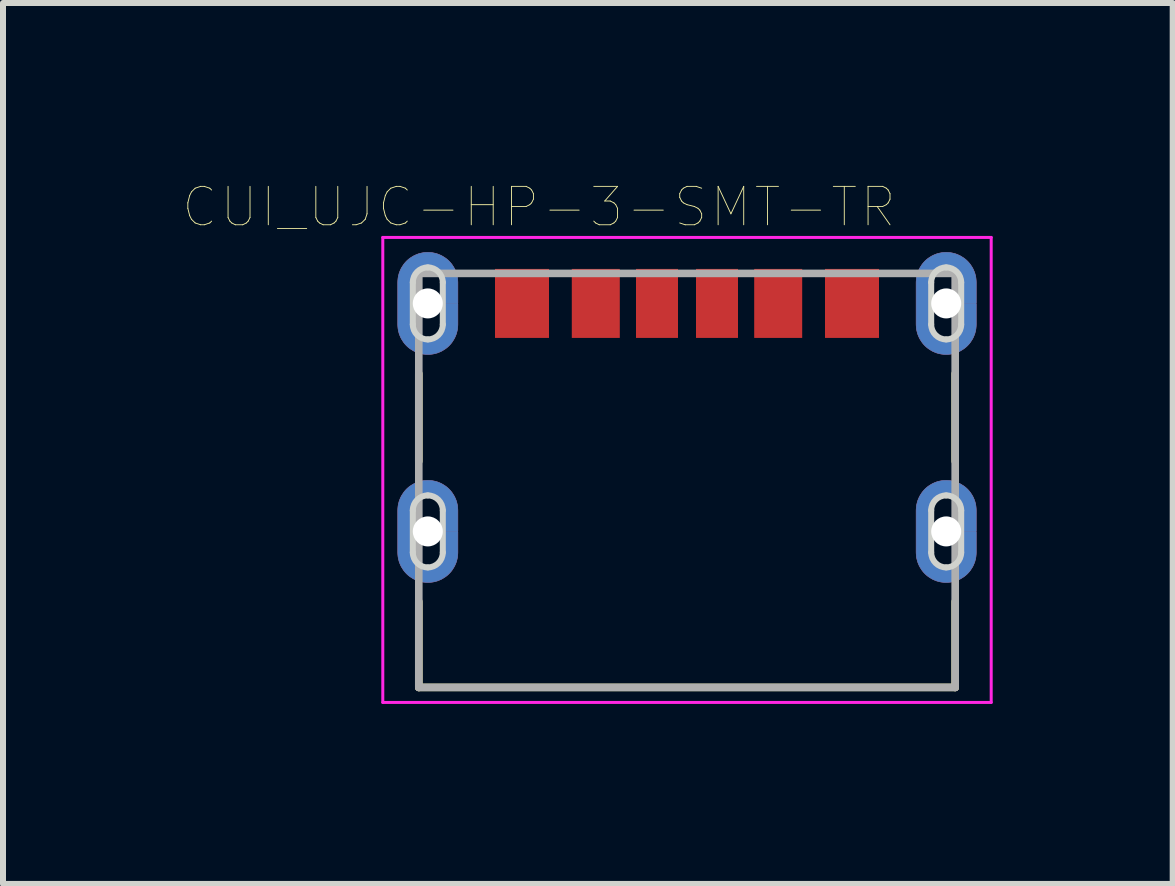
<source format=kicad_pcb>
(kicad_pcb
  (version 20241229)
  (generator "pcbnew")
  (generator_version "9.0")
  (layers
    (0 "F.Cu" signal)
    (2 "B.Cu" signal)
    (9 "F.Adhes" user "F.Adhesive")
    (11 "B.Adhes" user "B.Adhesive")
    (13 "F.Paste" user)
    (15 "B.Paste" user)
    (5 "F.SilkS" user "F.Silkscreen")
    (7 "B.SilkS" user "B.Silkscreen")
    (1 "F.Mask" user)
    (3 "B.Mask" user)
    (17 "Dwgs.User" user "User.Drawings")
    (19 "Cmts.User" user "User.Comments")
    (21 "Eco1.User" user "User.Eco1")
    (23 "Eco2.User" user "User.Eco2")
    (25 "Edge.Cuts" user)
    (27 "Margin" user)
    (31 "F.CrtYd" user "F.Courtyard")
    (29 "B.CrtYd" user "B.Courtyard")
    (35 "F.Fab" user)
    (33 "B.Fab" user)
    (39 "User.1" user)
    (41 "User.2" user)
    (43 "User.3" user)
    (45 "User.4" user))
  (footprint "CUI_UJC-HP-3-SMT-TR"
    (layer "F.Cu")
    (at 8.4 2.007)
    (property "Reference" "CUI_UJC-HP-3-SMT-TR" (at -2.468 -1.606 0) (layer "F.SilkS") (effects (font (size 0.64 0.64) (thickness 0.015))))
    (attr through_hole)
    (fp_poly (pts (xy -4.07 0) (xy -4.07 -0.35) (xy -4.07 -0.363) (xy -4.071 -0.376) (xy -4.073 -0.389) (xy -4.075 -0.402) (xy -4.079 -0.415) (xy -4.082 -0.427) (xy -4.087 -0.44) (xy -4.092 -0.452) (xy -4.097 -0.463) (xy -4.103 -0.475) (xy -4.11 -0.486) (xy -4.118 -0.497) (xy -4.126 -0.507) (xy -4.134 -0.517) (xy -4.143 -0.527) (xy -4.153 -0.536) (xy -4.163 -0.544) (xy -4.173 -0.552) (xy -4.184 -0.56) (xy -4.195 -0.567) (xy -4.207 -0.573) (xy -4.218 -0.578) (xy -4.23 -0.583) (xy -4.243 -0.588) (xy -4.255 -0.591) (xy -4.268 -0.595) (xy -4.281 -0.597) (xy -4.294 -0.599) (xy -4.307 -0.6) (xy -4.32 -0.6) (xy -4.333 -0.6) (xy -4.346 -0.599) (xy -4.359 -0.597) (xy -4.372 -0.595) (xy -4.385 -0.591) (xy -4.397 -0.588) (xy -4.41 -0.583) (xy -4.422 -0.578) (xy -4.433 -0.573) (xy -4.445 -0.567) (xy -4.456 -0.56) (xy -4.467 -0.552) (xy -4.477 -0.544) (xy -4.487 -0.536) (xy -4.497 -0.527) (xy -4.506 -0.517) (xy -4.514 -0.507) (xy -4.522 -0.497) (xy -4.53 -0.486) (xy -4.537 -0.475) (xy -4.543 -0.463) (xy -4.548 -0.452) (xy -4.553 -0.44) (xy -4.558 -0.427) (xy -4.561 -0.415) (xy -4.565 -0.402) (xy -4.567 -0.389) (xy -4.569 -0.376) (xy -4.57 -0.363) (xy -4.57 -0.35) (xy -4.57 0.35) (xy -4.57 0.363) (xy -4.569 0.376) (xy -4.567 0.389) (xy -4.565 0.402) (xy -4.561 0.415) (xy -4.558 0.427) (xy -4.553 0.44) (xy -4.548 0.452) (xy -4.543 0.463) (xy -4.537 0.475) (xy -4.53 0.486) (xy -4.522 0.497) (xy -4.514 0.507) (xy -4.506 0.517) (xy -4.497 0.527) (xy -4.487 0.536) (xy -4.477 0.544) (xy -4.467 0.552) (xy -4.456 0.56) (xy -4.445 0.567) (xy -4.433 0.573) (xy -4.422 0.578) (xy -4.41 0.583) (xy -4.397 0.588) (xy -4.385 0.591) (xy -4.372 0.595) (xy -4.359 0.597) (xy -4.346 0.599) (xy -4.333 0.6) (xy -4.32 0.6) (xy -4.307 0.6) (xy -4.294 0.599) (xy -4.281 0.597) (xy -4.268 0.595) (xy -4.255 0.591) (xy -4.243 0.588) (xy -4.23 0.583) (xy -4.218 0.578) (xy -4.207 0.573) (xy -4.195 0.567) (xy -4.184 0.56) (xy -4.173 0.552) (xy -4.163 0.544) (xy -4.153 0.536) (xy -4.143 0.527) (xy -4.134 0.517) (xy -4.126 0.507) (xy -4.118 0.497) (xy -4.11 0.486) (xy -4.103 0.475) (xy -4.097 0.463) (xy -4.092 0.452) (xy -4.087 0.44) (xy -4.082 0.427) (xy -4.079 0.415) (xy -4.075 0.402) (xy -4.073 0.389) (xy -4.071 0.376) (xy -4.07 0.363) (xy -4.07 0.35) (xy -4.07 0.01) (xy -3.82 0.01) (xy -3.82 0.35) (xy -3.821 0.376) (xy -3.823 0.402) (xy -3.826 0.428) (xy -3.831 0.454) (xy -3.837 0.479) (xy -3.844 0.505) (xy -3.853 0.529) (xy -3.863 0.553) (xy -3.874 0.577) (xy -3.887 0.6) (xy -3.901 0.622) (xy -3.915 0.644) (xy -3.931 0.665) (xy -3.948 0.685) (xy -3.966 0.704) (xy -3.985 0.722) (xy -4.005 0.739) (xy -4.026 0.755) (xy -4.048 0.769) (xy -4.07 0.783) (xy -4.093 0.796) (xy -4.117 0.807) (xy -4.141 0.817) (xy -4.165 0.826) (xy -4.191 0.833) (xy -4.216 0.839) (xy -4.242 0.844) (xy -4.268 0.847) (xy -4.294 0.849) (xy -4.32 0.85) (xy -4.346 0.849) (xy -4.372 0.847) (xy -4.398 0.844) (xy -4.424 0.839) (xy -4.449 0.833) (xy -4.475 0.826) (xy -4.499 0.817) (xy -4.523 0.807) (xy -4.547 0.796) (xy -4.57 0.783) (xy -4.592 0.769) (xy -4.614 0.755) (xy -4.635 0.739) (xy -4.655 0.722) (xy -4.674 0.704) (xy -4.692 0.685) (xy -4.709 0.665) (xy -4.725 0.644) (xy -4.739 0.622) (xy -4.753 0.6) (xy -4.766 0.577) (xy -4.777 0.553) (xy -4.787 0.529) (xy -4.796 0.505) (xy -4.803 0.479) (xy -4.809 0.454) (xy -4.814 0.428) (xy -4.817 0.402) (xy -4.819 0.376) (xy -4.82 0.35) (xy -4.82 -0.35) (xy -4.819 -0.376) (xy -4.817 -0.402) (xy -4.814 -0.428) (xy -4.809 -0.454) (xy -4.803 -0.479) (xy -4.796 -0.505) (xy -4.787 -0.529) (xy -4.777 -0.553) (xy -4.766 -0.577) (xy -4.753 -0.6) (xy -4.739 -0.622) (xy -4.725 -0.644) (xy -4.709 -0.665) (xy -4.692 -0.685) (xy -4.674 -0.704) (xy -4.655 -0.722) (xy -4.635 -0.739) (xy -4.614 -0.755) (xy -4.592 -0.769) (xy -4.57 -0.783) (xy -4.547 -0.796) (xy -4.523 -0.807) (xy -4.499 -0.817) (xy -4.475 -0.826) (xy -4.449 -0.833) (xy -4.424 -0.839) (xy -4.398 -0.844) (xy -4.372 -0.847) (xy -4.346 -0.849) (xy -4.32 -0.85) (xy -4.294 -0.849) (xy -4.268 -0.847) (xy -4.242 -0.844) (xy -4.216 -0.839) (xy -4.191 -0.833) (xy -4.165 -0.826) (xy -4.141 -0.817) (xy -4.117 -0.807) (xy -4.093 -0.796) (xy -4.07 -0.783) (xy -4.048 -0.769) (xy -4.026 -0.755) (xy -4.005 -0.739) (xy -3.985 -0.722) (xy -3.966 -0.704) (xy -3.948 -0.685) (xy -3.931 -0.665) (xy -3.915 -0.644) (xy -3.901 -0.622) (xy -3.887 -0.6) (xy -3.874 -0.577) (xy -3.863 -0.553) (xy -3.853 -0.529) (xy -3.844 -0.505) (xy -3.837 -0.479) (xy -3.831 -0.454) (xy -3.826 -0.428) (xy -3.823 -0.402) (xy -3.821 -0.376) (xy -3.82 -0.35) (xy -3.82 0) (xy -4.07 0)) (stroke (width 0.01) (type solid)) (fill yes) (layer "F.Cu"))
    (fp_poly (pts (xy -4.07 3.8) (xy -4.07 3.45) (xy -4.07 3.437) (xy -4.071 3.424) (xy -4.073 3.411) (xy -4.075 3.398) (xy -4.079 3.385) (xy -4.082 3.373) (xy -4.087 3.36) (xy -4.092 3.348) (xy -4.097 3.337) (xy -4.103 3.325) (xy -4.11 3.314) (xy -4.118 3.303) (xy -4.126 3.293) (xy -4.134 3.283) (xy -4.143 3.273) (xy -4.153 3.264) (xy -4.163 3.256) (xy -4.173 3.248) (xy -4.184 3.24) (xy -4.195 3.233) (xy -4.207 3.227) (xy -4.218 3.222) (xy -4.23 3.217) (xy -4.243 3.212) (xy -4.255 3.209) (xy -4.268 3.205) (xy -4.281 3.203) (xy -4.294 3.201) (xy -4.307 3.2) (xy -4.32 3.2) (xy -4.333 3.2) (xy -4.346 3.201) (xy -4.359 3.203) (xy -4.372 3.205) (xy -4.385 3.209) (xy -4.397 3.212) (xy -4.41 3.217) (xy -4.422 3.222) (xy -4.433 3.227) (xy -4.445 3.233) (xy -4.456 3.24) (xy -4.467 3.248) (xy -4.477 3.256) (xy -4.487 3.264) (xy -4.497 3.273) (xy -4.506 3.283) (xy -4.514 3.293) (xy -4.522 3.303) (xy -4.53 3.314) (xy -4.537 3.325) (xy -4.543 3.337) (xy -4.548 3.348) (xy -4.553 3.36) (xy -4.558 3.373) (xy -4.561 3.385) (xy -4.565 3.398) (xy -4.567 3.411) (xy -4.569 3.424) (xy -4.57 3.437) (xy -4.57 3.45) (xy -4.57 4.15) (xy -4.57 4.163) (xy -4.569 4.176) (xy -4.567 4.189) (xy -4.565 4.202) (xy -4.561 4.215) (xy -4.558 4.227) (xy -4.553 4.24) (xy -4.548 4.252) (xy -4.543 4.263) (xy -4.537 4.275) (xy -4.53 4.286) (xy -4.522 4.297) (xy -4.514 4.307) (xy -4.506 4.317) (xy -4.497 4.327) (xy -4.487 4.336) (xy -4.477 4.344) (xy -4.467 4.352) (xy -4.456 4.36) (xy -4.445 4.367) (xy -4.433 4.373) (xy -4.422 4.378) (xy -4.41 4.383) (xy -4.397 4.388) (xy -4.385 4.391) (xy -4.372 4.395) (xy -4.359 4.397) (xy -4.346 4.399) (xy -4.333 4.4) (xy -4.32 4.4) (xy -4.307 4.4) (xy -4.294 4.399) (xy -4.281 4.397) (xy -4.268 4.395) (xy -4.255 4.391) (xy -4.243 4.388) (xy -4.23 4.383) (xy -4.218 4.378) (xy -4.207 4.373) (xy -4.195 4.367) (xy -4.184 4.36) (xy -4.173 4.352) (xy -4.163 4.344) (xy -4.153 4.336) (xy -4.143 4.327) (xy -4.134 4.317) (xy -4.126 4.307) (xy -4.118 4.297) (xy -4.11 4.286) (xy -4.103 4.275) (xy -4.097 4.263) (xy -4.092 4.252) (xy -4.087 4.24) (xy -4.082 4.227) (xy -4.079 4.215) (xy -4.075 4.202) (xy -4.073 4.189) (xy -4.071 4.176) (xy -4.07 4.163) (xy -4.07 4.15) (xy -4.07 3.81) (xy -3.82 3.81) (xy -3.82 4.15) (xy -3.821 4.176) (xy -3.823 4.202) (xy -3.826 4.228) (xy -3.831 4.254) (xy -3.837 4.279) (xy -3.844 4.305) (xy -3.853 4.329) (xy -3.863 4.353) (xy -3.874 4.377) (xy -3.887 4.4) (xy -3.901 4.422) (xy -3.915 4.444) (xy -3.931 4.465) (xy -3.948 4.485) (xy -3.966 4.504) (xy -3.985 4.522) (xy -4.005 4.539) (xy -4.026 4.555) (xy -4.048 4.569) (xy -4.07 4.583) (xy -4.093 4.596) (xy -4.117 4.607) (xy -4.141 4.617) (xy -4.165 4.626) (xy -4.191 4.633) (xy -4.216 4.639) (xy -4.242 4.644) (xy -4.268 4.647) (xy -4.294 4.649) (xy -4.32 4.65) (xy -4.346 4.649) (xy -4.372 4.647) (xy -4.398 4.644) (xy -4.424 4.639) (xy -4.449 4.633) (xy -4.475 4.626) (xy -4.499 4.617) (xy -4.523 4.607) (xy -4.547 4.596) (xy -4.57 4.583) (xy -4.592 4.569) (xy -4.614 4.555) (xy -4.635 4.539) (xy -4.655 4.522) (xy -4.674 4.504) (xy -4.692 4.485) (xy -4.709 4.465) (xy -4.725 4.444) (xy -4.739 4.422) (xy -4.753 4.4) (xy -4.766 4.377) (xy -4.777 4.353) (xy -4.787 4.329) (xy -4.796 4.305) (xy -4.803 4.279) (xy -4.809 4.254) (xy -4.814 4.228) (xy -4.817 4.202) (xy -4.819 4.176) (xy -4.82 4.15) (xy -4.82 3.45) (xy -4.819 3.424) (xy -4.817 3.398) (xy -4.814 3.372) (xy -4.809 3.346) (xy -4.803 3.321) (xy -4.796 3.295) (xy -4.787 3.271) (xy -4.777 3.247) (xy -4.766 3.223) (xy -4.753 3.2) (xy -4.739 3.178) (xy -4.725 3.156) (xy -4.709 3.135) (xy -4.692 3.115) (xy -4.674 3.096) (xy -4.655 3.078) (xy -4.635 3.061) (xy -4.614 3.045) (xy -4.592 3.031) (xy -4.57 3.017) (xy -4.547 3.004) (xy -4.523 2.993) (xy -4.499 2.983) (xy -4.475 2.974) (xy -4.449 2.967) (xy -4.424 2.961) (xy -4.398 2.956) (xy -4.372 2.953) (xy -4.346 2.951) (xy -4.32 2.95) (xy -4.294 2.951) (xy -4.268 2.953) (xy -4.242 2.956) (xy -4.216 2.961) (xy -4.191 2.967) (xy -4.165 2.974) (xy -4.141 2.983) (xy -4.117 2.993) (xy -4.093 3.004) (xy -4.07 3.017) (xy -4.048 3.031) (xy -4.026 3.045) (xy -4.005 3.061) (xy -3.985 3.078) (xy -3.966 3.096) (xy -3.948 3.115) (xy -3.931 3.135) (xy -3.915 3.156) (xy -3.901 3.178) (xy -3.887 3.2) (xy -3.874 3.223) (xy -3.863 3.247) (xy -3.853 3.271) (xy -3.844 3.295) (xy -3.837 3.321) (xy -3.831 3.346) (xy -3.826 3.372) (xy -3.823 3.398) (xy -3.821 3.424) (xy -3.82 3.45) (xy -3.82 3.8) (xy -4.07 3.8)) (stroke (width 0.01) (type solid)) (fill yes) (layer "F.Cu"))
    (fp_poly (pts (xy 4.57 0) (xy 4.57 -0.35) (xy 4.57 -0.363) (xy 4.569 -0.376) (xy 4.567 -0.389) (xy 4.565 -0.402) (xy 4.561 -0.415) (xy 4.558 -0.427) (xy 4.553 -0.44) (xy 4.548 -0.452) (xy 4.543 -0.463) (xy 4.537 -0.475) (xy 4.53 -0.486) (xy 4.522 -0.497) (xy 4.514 -0.507) (xy 4.506 -0.517) (xy 4.497 -0.527) (xy 4.487 -0.536) (xy 4.477 -0.544) (xy 4.467 -0.552) (xy 4.456 -0.56) (xy 4.445 -0.567) (xy 4.433 -0.573) (xy 4.422 -0.578) (xy 4.41 -0.583) (xy 4.397 -0.588) (xy 4.385 -0.591) (xy 4.372 -0.595) (xy 4.359 -0.597) (xy 4.346 -0.599) (xy 4.333 -0.6) (xy 4.32 -0.6) (xy 4.307 -0.6) (xy 4.294 -0.599) (xy 4.281 -0.597) (xy 4.268 -0.595) (xy 4.255 -0.591) (xy 4.243 -0.588) (xy 4.23 -0.583) (xy 4.218 -0.578) (xy 4.207 -0.573) (xy 4.195 -0.567) (xy 4.184 -0.56) (xy 4.173 -0.552) (xy 4.163 -0.544) (xy 4.153 -0.536) (xy 4.143 -0.527) (xy 4.134 -0.517) (xy 4.126 -0.507) (xy 4.118 -0.497) (xy 4.11 -0.486) (xy 4.103 -0.475) (xy 4.097 -0.463) (xy 4.092 -0.452) (xy 4.087 -0.44) (xy 4.082 -0.427) (xy 4.079 -0.415) (xy 4.075 -0.402) (xy 4.073 -0.389) (xy 4.071 -0.376) (xy 4.07 -0.363) (xy 4.07 -0.35) (xy 4.07 0.35) (xy 4.07 0.363) (xy 4.071 0.376) (xy 4.073 0.389) (xy 4.075 0.402) (xy 4.079 0.415) (xy 4.082 0.427) (xy 4.087 0.44) (xy 4.092 0.452) (xy 4.097 0.463) (xy 4.103 0.475) (xy 4.11 0.486) (xy 4.118 0.497) (xy 4.126 0.507) (xy 4.134 0.517) (xy 4.143 0.527) (xy 4.153 0.536) (xy 4.163 0.544) (xy 4.173 0.552) (xy 4.184 0.56) (xy 4.195 0.567) (xy 4.207 0.573) (xy 4.218 0.578) (xy 4.23 0.583) (xy 4.243 0.588) (xy 4.255 0.591) (xy 4.268 0.595) (xy 4.281 0.597) (xy 4.294 0.599) (xy 4.307 0.6) (xy 4.32 0.6) (xy 4.333 0.6) (xy 4.346 0.599) (xy 4.359 0.597) (xy 4.372 0.595) (xy 4.385 0.591) (xy 4.397 0.588) (xy 4.41 0.583) (xy 4.422 0.578) (xy 4.433 0.573) (xy 4.445 0.567) (xy 4.456 0.56) (xy 4.467 0.552) (xy 4.477 0.544) (xy 4.487 0.536) (xy 4.497 0.527) (xy 4.506 0.517) (xy 4.514 0.507) (xy 4.522 0.497) (xy 4.53 0.486) (xy 4.537 0.475) (xy 4.543 0.463) (xy 4.548 0.452) (xy 4.553 0.44) (xy 4.558 0.427) (xy 4.561 0.415) (xy 4.565 0.402) (xy 4.567 0.389) (xy 4.569 0.376) (xy 4.57 0.363) (xy 4.57 0.35) (xy 4.57 0.01) (xy 4.82 0.01) (xy 4.82 0.35) (xy 4.819 0.376) (xy 4.817 0.402) (xy 4.814 0.428) (xy 4.809 0.454) (xy 4.803 0.479) (xy 4.796 0.505) (xy 4.787 0.529) (xy 4.777 0.553) (xy 4.766 0.577) (xy 4.753 0.6) (xy 4.739 0.622) (xy 4.725 0.644) (xy 4.709 0.665) (xy 4.692 0.685) (xy 4.674 0.704) (xy 4.655 0.722) (xy 4.635 0.739) (xy 4.614 0.755) (xy 4.592 0.769) (xy 4.57 0.783) (xy 4.547 0.796) (xy 4.523 0.807) (xy 4.499 0.817) (xy 4.475 0.826) (xy 4.449 0.833) (xy 4.424 0.839) (xy 4.398 0.844) (xy 4.372 0.847) (xy 4.346 0.849) (xy 4.32 0.85) (xy 4.294 0.849) (xy 4.268 0.847) (xy 4.242 0.844) (xy 4.216 0.839) (xy 4.191 0.833) (xy 4.165 0.826) (xy 4.141 0.817) (xy 4.117 0.807) (xy 4.093 0.796) (xy 4.07 0.783) (xy 4.048 0.769) (xy 4.026 0.755) (xy 4.005 0.739) (xy 3.985 0.722) (xy 3.966 0.704) (xy 3.948 0.685) (xy 3.931 0.665) (xy 3.915 0.644) (xy 3.901 0.622) (xy 3.887 0.6) (xy 3.874 0.577) (xy 3.863 0.553) (xy 3.853 0.529) (xy 3.844 0.505) (xy 3.837 0.479) (xy 3.831 0.454) (xy 3.826 0.428) (xy 3.823 0.402) (xy 3.821 0.376) (xy 3.82 0.35) (xy 3.82 -0.35) (xy 3.821 -0.376) (xy 3.823 -0.402) (xy 3.826 -0.428) (xy 3.831 -0.454) (xy 3.837 -0.479) (xy 3.844 -0.505) (xy 3.853 -0.529) (xy 3.863 -0.553) (xy 3.874 -0.577) (xy 3.887 -0.6) (xy 3.901 -0.622) (xy 3.915 -0.644) (xy 3.931 -0.665) (xy 3.948 -0.685) (xy 3.966 -0.704) (xy 3.985 -0.722) (xy 4.005 -0.739) (xy 4.026 -0.755) (xy 4.048 -0.769) (xy 4.07 -0.783) (xy 4.093 -0.796) (xy 4.117 -0.807) (xy 4.141 -0.817) (xy 4.165 -0.826) (xy 4.191 -0.833) (xy 4.216 -0.839) (xy 4.242 -0.844) (xy 4.268 -0.847) (xy 4.294 -0.849) (xy 4.32 -0.85) (xy 4.346 -0.849) (xy 4.372 -0.847) (xy 4.398 -0.844) (xy 4.424 -0.839) (xy 4.449 -0.833) (xy 4.475 -0.826) (xy 4.499 -0.817) (xy 4.523 -0.807) (xy 4.547 -0.796) (xy 4.57 -0.783) (xy 4.592 -0.769) (xy 4.614 -0.755) (xy 4.635 -0.739) (xy 4.655 -0.722) (xy 4.674 -0.704) (xy 4.692 -0.685) (xy 4.709 -0.665) (xy 4.725 -0.644) (xy 4.739 -0.622) (xy 4.753 -0.6) (xy 4.766 -0.577) (xy 4.777 -0.553) (xy 4.787 -0.529) (xy 4.796 -0.505) (xy 4.803 -0.479) (xy 4.809 -0.454) (xy 4.814 -0.428) (xy 4.817 -0.402) (xy 4.819 -0.376) (xy 4.82 -0.35) (xy 4.82 0) (xy 4.57 0)) (stroke (width 0.01) (type solid)) (fill yes) (layer "F.Cu"))
    (fp_poly (pts (xy 4.57 3.8) (xy 4.57 3.45) (xy 4.57 3.437) (xy 4.569 3.424) (xy 4.567 3.411) (xy 4.565 3.398) (xy 4.561 3.385) (xy 4.558 3.373) (xy 4.553 3.36) (xy 4.548 3.348) (xy 4.543 3.337) (xy 4.537 3.325) (xy 4.53 3.314) (xy 4.522 3.303) (xy 4.514 3.293) (xy 4.506 3.283) (xy 4.497 3.273) (xy 4.487 3.264) (xy 4.477 3.256) (xy 4.467 3.248) (xy 4.456 3.24) (xy 4.445 3.233) (xy 4.433 3.227) (xy 4.422 3.222) (xy 4.41 3.217) (xy 4.397 3.212) (xy 4.385 3.209) (xy 4.372 3.205) (xy 4.359 3.203) (xy 4.346 3.201) (xy 4.333 3.2) (xy 4.32 3.2) (xy 4.307 3.2) (xy 4.294 3.201) (xy 4.281 3.203) (xy 4.268 3.205) (xy 4.255 3.209) (xy 4.243 3.212) (xy 4.23 3.217) (xy 4.218 3.222) (xy 4.207 3.227) (xy 4.195 3.233) (xy 4.184 3.24) (xy 4.173 3.248) (xy 4.163 3.256) (xy 4.153 3.264) (xy 4.143 3.273) (xy 4.134 3.283) (xy 4.126 3.293) (xy 4.118 3.303) (xy 4.11 3.314) (xy 4.103 3.325) (xy 4.097 3.337) (xy 4.092 3.348) (xy 4.087 3.36) (xy 4.082 3.373) (xy 4.079 3.385) (xy 4.075 3.398) (xy 4.073 3.411) (xy 4.071 3.424) (xy 4.07 3.437) (xy 4.07 3.45) (xy 4.07 4.15) (xy 4.07 4.163) (xy 4.071 4.176) (xy 4.073 4.189) (xy 4.075 4.202) (xy 4.079 4.215) (xy 4.082 4.227) (xy 4.087 4.24) (xy 4.092 4.252) (xy 4.097 4.263) (xy 4.103 4.275) (xy 4.11 4.286) (xy 4.118 4.297) (xy 4.126 4.307) (xy 4.134 4.317) (xy 4.143 4.327) (xy 4.153 4.336) (xy 4.163 4.344) (xy 4.173 4.352) (xy 4.184 4.36) (xy 4.195 4.367) (xy 4.207 4.373) (xy 4.218 4.378) (xy 4.23 4.383) (xy 4.243 4.388) (xy 4.255 4.391) (xy 4.268 4.395) (xy 4.281 4.397) (xy 4.294 4.399) (xy 4.307 4.4) (xy 4.32 4.4) (xy 4.333 4.4) (xy 4.346 4.399) (xy 4.359 4.397) (xy 4.372 4.395) (xy 4.385 4.391) (xy 4.397 4.388) (xy 4.41 4.383) (xy 4.422 4.378) (xy 4.433 4.373) (xy 4.445 4.367) (xy 4.456 4.36) (xy 4.467 4.352) (xy 4.477 4.344) (xy 4.487 4.336) (xy 4.497 4.327) (xy 4.506 4.317) (xy 4.514 4.307) (xy 4.522 4.297) (xy 4.53 4.286) (xy 4.537 4.275) (xy 4.543 4.263) (xy 4.548 4.252) (xy 4.553 4.24) (xy 4.558 4.227) (xy 4.561 4.215) (xy 4.565 4.202) (xy 4.567 4.189) (xy 4.569 4.176) (xy 4.57 4.163) (xy 4.57 4.15) (xy 4.57 3.81) (xy 4.82 3.81) (xy 4.82 4.15) (xy 4.819 4.176) (xy 4.817 4.202) (xy 4.814 4.228) (xy 4.809 4.254) (xy 4.803 4.279) (xy 4.796 4.305) (xy 4.787 4.329) (xy 4.777 4.353) (xy 4.766 4.377) (xy 4.753 4.4) (xy 4.739 4.422) (xy 4.725 4.444) (xy 4.709 4.465) (xy 4.692 4.485) (xy 4.674 4.504) (xy 4.655 4.522) (xy 4.635 4.539) (xy 4.614 4.555) (xy 4.592 4.569) (xy 4.57 4.583) (xy 4.547 4.596) (xy 4.523 4.607) (xy 4.499 4.617) (xy 4.475 4.626) (xy 4.449 4.633) (xy 4.424 4.639) (xy 4.398 4.644) (xy 4.372 4.647) (xy 4.346 4.649) (xy 4.32 4.65) (xy 4.294 4.649) (xy 4.268 4.647) (xy 4.242 4.644) (xy 4.216 4.639) (xy 4.191 4.633) (xy 4.165 4.626) (xy 4.141 4.617) (xy 4.117 4.607) (xy 4.093 4.596) (xy 4.07 4.583) (xy 4.048 4.569) (xy 4.026 4.555) (xy 4.005 4.539) (xy 3.985 4.522) (xy 3.966 4.504) (xy 3.948 4.485) (xy 3.931 4.465) (xy 3.915 4.444) (xy 3.901 4.422) (xy 3.887 4.4) (xy 3.874 4.377) (xy 3.863 4.353) (xy 3.853 4.329) (xy 3.844 4.305) (xy 3.837 4.279) (xy 3.831 4.254) (xy 3.826 4.228) (xy 3.823 4.202) (xy 3.821 4.176) (xy 3.82 4.15) (xy 3.82 3.45) (xy 3.821 3.424) (xy 3.823 3.398) (xy 3.826 3.372) (xy 3.831 3.346) (xy 3.837 3.321) (xy 3.844 3.295) (xy 3.853 3.271) (xy 3.863 3.247) (xy 3.874 3.223) (xy 3.887 3.2) (xy 3.901 3.178) (xy 3.915 3.156) (xy 3.931 3.135) (xy 3.948 3.115) (xy 3.966 3.096) (xy 3.985 3.078) (xy 4.005 3.061) (xy 4.026 3.045) (xy 4.048 3.031) (xy 4.07 3.017) (xy 4.093 3.004) (xy 4.117 2.993) (xy 4.141 2.983) (xy 4.165 2.974) (xy 4.191 2.967) (xy 4.216 2.961) (xy 4.242 2.956) (xy 4.268 2.953) (xy 4.294 2.951) (xy 4.32 2.95) (xy 4.346 2.951) (xy 4.372 2.953) (xy 4.398 2.956) (xy 4.424 2.961) (xy 4.449 2.967) (xy 4.475 2.974) (xy 4.499 2.983) (xy 4.523 2.993) (xy 4.547 3.004) (xy 4.57 3.017) (xy 4.592 3.031) (xy 4.614 3.045) (xy 4.635 3.061) (xy 4.655 3.078) (xy 4.674 3.096) (xy 4.692 3.115) (xy 4.709 3.135) (xy 4.725 3.156) (xy 4.739 3.178) (xy 4.753 3.2) (xy 4.766 3.223) (xy 4.777 3.247) (xy 4.787 3.271) (xy 4.796 3.295) (xy 4.803 3.321) (xy 4.809 3.346) (xy 4.814 3.372) (xy 4.817 3.398) (xy 4.819 3.424) (xy 4.82 3.45) (xy 4.82 3.8) (xy 4.57 3.8)) (stroke (width 0.01) (type solid)) (fill yes) (layer "F.Cu"))
    (fp_poly (pts (xy -4.32 0) (xy -4.32 0.01) (xy -3.72 0.01) (xy -3.72 0.35) (xy -3.721 0.381) (xy -3.723 0.413) (xy -3.727 0.444) (xy -3.733 0.475) (xy -3.74 0.505) (xy -3.749 0.535) (xy -3.76 0.565) (xy -3.772 0.594) (xy -3.785 0.622) (xy -3.8 0.65) (xy -3.817 0.677) (xy -3.835 0.703) (xy -3.854 0.728) (xy -3.874 0.751) (xy -3.896 0.774) (xy -3.919 0.796) (xy -3.942 0.816) (xy -3.967 0.835) (xy -3.993 0.853) (xy -4.02 0.87) (xy -4.048 0.885) (xy -4.076 0.898) (xy -4.105 0.91) (xy -4.135 0.921) (xy -4.165 0.93) (xy -4.195 0.937) (xy -4.226 0.943) (xy -4.257 0.947) (xy -4.289 0.949) (xy -4.32 0.95) (xy -4.351 0.949) (xy -4.383 0.947) (xy -4.414 0.943) (xy -4.445 0.937) (xy -4.475 0.93) (xy -4.505 0.921) (xy -4.535 0.91) (xy -4.564 0.898) (xy -4.592 0.885) (xy -4.62 0.87) (xy -4.647 0.853) (xy -4.673 0.835) (xy -4.698 0.816) (xy -4.721 0.796) (xy -4.744 0.774) (xy -4.766 0.751) (xy -4.786 0.728) (xy -4.805 0.703) (xy -4.823 0.677) (xy -4.84 0.65) (xy -4.855 0.622) (xy -4.868 0.594) (xy -4.88 0.565) (xy -4.891 0.535) (xy -4.9 0.505) (xy -4.907 0.475) (xy -4.913 0.444) (xy -4.917 0.413) (xy -4.919 0.381) (xy -4.92 0.35) (xy -4.92 -0.35) (xy -4.919 -0.381) (xy -4.917 -0.413) (xy -4.913 -0.444) (xy -4.907 -0.475) (xy -4.9 -0.505) (xy -4.891 -0.535) (xy -4.88 -0.565) (xy -4.868 -0.594) (xy -4.855 -0.622) (xy -4.84 -0.65) (xy -4.823 -0.677) (xy -4.805 -0.703) (xy -4.786 -0.728) (xy -4.766 -0.751) (xy -4.744 -0.774) (xy -4.721 -0.796) (xy -4.698 -0.816) (xy -4.673 -0.835) (xy -4.647 -0.853) (xy -4.62 -0.87) (xy -4.592 -0.885) (xy -4.564 -0.898) (xy -4.535 -0.91) (xy -4.505 -0.921) (xy -4.475 -0.93) (xy -4.445 -0.937) (xy -4.414 -0.943) (xy -4.383 -0.947) (xy -4.351 -0.949) (xy -4.32 -0.95) (xy -4.289 -0.949) (xy -4.257 -0.947) (xy -4.226 -0.943) (xy -4.195 -0.937) (xy -4.165 -0.93) (xy -4.135 -0.921) (xy -4.105 -0.91) (xy -4.076 -0.898) (xy -4.048 -0.885) (xy -4.02 -0.87) (xy -3.993 -0.853) (xy -3.967 -0.835) (xy -3.942 -0.816) (xy -3.919 -0.796) (xy -3.896 -0.774) (xy -3.874 -0.751) (xy -3.854 -0.728) (xy -3.835 -0.703) (xy -3.817 -0.677) (xy -3.8 -0.65) (xy -3.785 -0.622) (xy -3.772 -0.594) (xy -3.76 -0.565) (xy -3.749 -0.535) (xy -3.74 -0.505) (xy -3.733 -0.475) (xy -3.727 -0.444) (xy -3.723 -0.413) (xy -3.721 -0.381) (xy -3.72 -0.35) (xy -3.72 0) (xy -4.32 0)) (stroke (width 0.01) (type solid)) (fill yes) (layer "F.Mask"))
    (fp_poly (pts (xy -4.32 3.8) (xy -4.32 3.81) (xy -3.72 3.81) (xy -3.72 4.15) (xy -3.721 4.181) (xy -3.723 4.213) (xy -3.727 4.244) (xy -3.733 4.275) (xy -3.74 4.305) (xy -3.749 4.335) (xy -3.76 4.365) (xy -3.772 4.394) (xy -3.785 4.422) (xy -3.8 4.45) (xy -3.817 4.477) (xy -3.835 4.503) (xy -3.854 4.528) (xy -3.874 4.551) (xy -3.896 4.574) (xy -3.919 4.596) (xy -3.942 4.616) (xy -3.967 4.635) (xy -3.993 4.653) (xy -4.02 4.67) (xy -4.048 4.685) (xy -4.076 4.698) (xy -4.105 4.71) (xy -4.135 4.721) (xy -4.165 4.73) (xy -4.195 4.737) (xy -4.226 4.743) (xy -4.257 4.747) (xy -4.289 4.749) (xy -4.32 4.75) (xy -4.351 4.749) (xy -4.383 4.747) (xy -4.414 4.743) (xy -4.445 4.737) (xy -4.475 4.73) (xy -4.505 4.721) (xy -4.535 4.71) (xy -4.564 4.698) (xy -4.592 4.685) (xy -4.62 4.67) (xy -4.647 4.653) (xy -4.673 4.635) (xy -4.698 4.616) (xy -4.721 4.596) (xy -4.744 4.574) (xy -4.766 4.551) (xy -4.786 4.528) (xy -4.805 4.503) (xy -4.823 4.477) (xy -4.84 4.45) (xy -4.855 4.422) (xy -4.868 4.394) (xy -4.88 4.365) (xy -4.891 4.335) (xy -4.9 4.305) (xy -4.907 4.275) (xy -4.913 4.244) (xy -4.917 4.213) (xy -4.919 4.181) (xy -4.92 4.15) (xy -4.92 3.45) (xy -4.919 3.419) (xy -4.917 3.387) (xy -4.913 3.356) (xy -4.907 3.325) (xy -4.9 3.295) (xy -4.891 3.265) (xy -4.88 3.235) (xy -4.868 3.206) (xy -4.855 3.178) (xy -4.84 3.15) (xy -4.823 3.123) (xy -4.805 3.097) (xy -4.786 3.072) (xy -4.766 3.049) (xy -4.744 3.026) (xy -4.721 3.004) (xy -4.698 2.984) (xy -4.673 2.965) (xy -4.647 2.947) (xy -4.62 2.93) (xy -4.592 2.915) (xy -4.564 2.902) (xy -4.535 2.89) (xy -4.505 2.879) (xy -4.475 2.87) (xy -4.445 2.863) (xy -4.414 2.857) (xy -4.383 2.853) (xy -4.351 2.851) (xy -4.32 2.85) (xy -4.289 2.851) (xy -4.257 2.853) (xy -4.226 2.857) (xy -4.195 2.863) (xy -4.165 2.87) (xy -4.135 2.879) (xy -4.105 2.89) (xy -4.076 2.902) (xy -4.048 2.915) (xy -4.02 2.93) (xy -3.993 2.947) (xy -3.967 2.965) (xy -3.942 2.984) (xy -3.919 3.004) (xy -3.896 3.026) (xy -3.874 3.049) (xy -3.854 3.072) (xy -3.835 3.097) (xy -3.817 3.123) (xy -3.8 3.15) (xy -3.785 3.178) (xy -3.772 3.206) (xy -3.76 3.235) (xy -3.749 3.265) (xy -3.74 3.295) (xy -3.733 3.325) (xy -3.727 3.356) (xy -3.723 3.387) (xy -3.721 3.419) (xy -3.72 3.45) (xy -3.72 3.8) (xy -4.32 3.8)) (stroke (width 0.01) (type solid)) (fill yes) (layer "F.Mask"))
    (fp_poly (pts (xy 4.32 0) (xy 4.32 0.01) (xy 4.92 0.01) (xy 4.92 0.35) (xy 4.919 0.381) (xy 4.917 0.413) (xy 4.913 0.444) (xy 4.907 0.475) (xy 4.9 0.505) (xy 4.891 0.535) (xy 4.88 0.565) (xy 4.868 0.594) (xy 4.855 0.622) (xy 4.84 0.65) (xy 4.823 0.677) (xy 4.805 0.703) (xy 4.786 0.728) (xy 4.766 0.751) (xy 4.744 0.774) (xy 4.721 0.796) (xy 4.698 0.816) (xy 4.673 0.835) (xy 4.647 0.853) (xy 4.62 0.87) (xy 4.592 0.885) (xy 4.564 0.898) (xy 4.535 0.91) (xy 4.505 0.921) (xy 4.475 0.93) (xy 4.445 0.937) (xy 4.414 0.943) (xy 4.383 0.947) (xy 4.351 0.949) (xy 4.32 0.95) (xy 4.289 0.949) (xy 4.257 0.947) (xy 4.226 0.943) (xy 4.195 0.937) (xy 4.165 0.93) (xy 4.135 0.921) (xy 4.105 0.91) (xy 4.076 0.898) (xy 4.048 0.885) (xy 4.02 0.87) (xy 3.993 0.853) (xy 3.967 0.835) (xy 3.942 0.816) (xy 3.919 0.796) (xy 3.896 0.774) (xy 3.874 0.751) (xy 3.854 0.728) (xy 3.835 0.703) (xy 3.817 0.677) (xy 3.8 0.65) (xy 3.785 0.622) (xy 3.772 0.594) (xy 3.76 0.565) (xy 3.749 0.535) (xy 3.74 0.505) (xy 3.733 0.475) (xy 3.727 0.444) (xy 3.723 0.413) (xy 3.721 0.381) (xy 3.72 0.35) (xy 3.72 -0.35) (xy 3.721 -0.381) (xy 3.723 -0.413) (xy 3.727 -0.444) (xy 3.733 -0.475) (xy 3.74 -0.505) (xy 3.749 -0.535) (xy 3.76 -0.565) (xy 3.772 -0.594) (xy 3.785 -0.622) (xy 3.8 -0.65) (xy 3.817 -0.677) (xy 3.835 -0.703) (xy 3.854 -0.728) (xy 3.874 -0.751) (xy 3.896 -0.774) (xy 3.919 -0.796) (xy 3.942 -0.816) (xy 3.967 -0.835) (xy 3.993 -0.853) (xy 4.02 -0.87) (xy 4.048 -0.885) (xy 4.076 -0.898) (xy 4.105 -0.91) (xy 4.135 -0.921) (xy 4.165 -0.93) (xy 4.195 -0.937) (xy 4.226 -0.943) (xy 4.257 -0.947) (xy 4.289 -0.949) (xy 4.32 -0.95) (xy 4.351 -0.949) (xy 4.383 -0.947) (xy 4.414 -0.943) (xy 4.445 -0.937) (xy 4.475 -0.93) (xy 4.505 -0.921) (xy 4.535 -0.91) (xy 4.564 -0.898) (xy 4.592 -0.885) (xy 4.62 -0.87) (xy 4.647 -0.853) (xy 4.673 -0.835) (xy 4.698 -0.816) (xy 4.721 -0.796) (xy 4.744 -0.774) (xy 4.766 -0.751) (xy 4.786 -0.728) (xy 4.805 -0.703) (xy 4.823 -0.677) (xy 4.84 -0.65) (xy 4.855 -0.622) (xy 4.868 -0.594) (xy 4.88 -0.565) (xy 4.891 -0.535) (xy 4.9 -0.505) (xy 4.907 -0.475) (xy 4.913 -0.444) (xy 4.917 -0.413) (xy 4.919 -0.381) (xy 4.92 -0.35) (xy 4.92 0) (xy 4.32 0)) (stroke (width 0.01) (type solid)) (fill yes) (layer "F.Mask"))
    (fp_poly (pts (xy 4.32 3.8) (xy 4.32 3.81) (xy 4.92 3.81) (xy 4.92 4.15) (xy 4.919 4.181) (xy 4.917 4.213) (xy 4.913 4.244) (xy 4.907 4.275) (xy 4.9 4.305) (xy 4.891 4.335) (xy 4.88 4.365) (xy 4.868 4.394) (xy 4.855 4.422) (xy 4.84 4.45) (xy 4.823 4.477) (xy 4.805 4.503) (xy 4.786 4.528) (xy 4.766 4.551) (xy 4.744 4.574) (xy 4.721 4.596) (xy 4.698 4.616) (xy 4.673 4.635) (xy 4.647 4.653) (xy 4.62 4.67) (xy 4.592 4.685) (xy 4.564 4.698) (xy 4.535 4.71) (xy 4.505 4.721) (xy 4.475 4.73) (xy 4.445 4.737) (xy 4.414 4.743) (xy 4.383 4.747) (xy 4.351 4.749) (xy 4.32 4.75) (xy 4.289 4.749) (xy 4.257 4.747) (xy 4.226 4.743) (xy 4.195 4.737) (xy 4.165 4.73) (xy 4.135 4.721) (xy 4.105 4.71) (xy 4.076 4.698) (xy 4.048 4.685) (xy 4.02 4.67) (xy 3.993 4.653) (xy 3.967 4.635) (xy 3.942 4.616) (xy 3.919 4.596) (xy 3.896 4.574) (xy 3.874 4.551) (xy 3.854 4.528) (xy 3.835 4.503) (xy 3.817 4.477) (xy 3.8 4.45) (xy 3.785 4.422) (xy 3.772 4.394) (xy 3.76 4.365) (xy 3.749 4.335) (xy 3.74 4.305) (xy 3.733 4.275) (xy 3.727 4.244) (xy 3.723 4.213) (xy 3.721 4.181) (xy 3.72 4.15) (xy 3.72 3.45) (xy 3.721 3.419) (xy 3.723 3.387) (xy 3.727 3.356) (xy 3.733 3.325) (xy 3.74 3.295) (xy 3.749 3.265) (xy 3.76 3.235) (xy 3.772 3.206) (xy 3.785 3.178) (xy 3.8 3.15) (xy 3.817 3.123) (xy 3.835 3.097) (xy 3.854 3.072) (xy 3.874 3.049) (xy 3.896 3.026) (xy 3.919 3.004) (xy 3.942 2.984) (xy 3.967 2.965) (xy 3.993 2.947) (xy 4.02 2.93) (xy 4.048 2.915) (xy 4.076 2.902) (xy 4.105 2.89) (xy 4.135 2.879) (xy 4.165 2.87) (xy 4.195 2.863) (xy 4.226 2.857) (xy 4.257 2.853) (xy 4.289 2.851) (xy 4.32 2.85) (xy 4.351 2.851) (xy 4.383 2.853) (xy 4.414 2.857) (xy 4.445 2.863) (xy 4.475 2.87) (xy 4.505 2.879) (xy 4.535 2.89) (xy 4.564 2.902) (xy 4.592 2.915) (xy 4.62 2.93) (xy 4.647 2.947) (xy 4.673 2.965) (xy 4.698 2.984) (xy 4.721 3.004) (xy 4.744 3.026) (xy 4.766 3.049) (xy 4.786 3.072) (xy 4.805 3.097) (xy 4.823 3.123) (xy 4.84 3.15) (xy 4.855 3.178) (xy 4.868 3.206) (xy 4.88 3.235) (xy 4.891 3.265) (xy 4.9 3.295) (xy 4.907 3.325) (xy 4.913 3.356) (xy 4.917 3.387) (xy 4.919 3.419) (xy 4.92 3.45) (xy 4.92 3.8) (xy 4.32 3.8)) (stroke (width 0.01) (type solid)) (fill yes) (layer "F.Mask"))
    (fp_poly (pts (xy -4.07 0) (xy -4.07 -0.35) (xy -4.07 -0.363) (xy -4.071 -0.376) (xy -4.073 -0.389) (xy -4.075 -0.402) (xy -4.079 -0.415) (xy -4.082 -0.427) (xy -4.087 -0.44) (xy -4.092 -0.452) (xy -4.097 -0.463) (xy -4.103 -0.475) (xy -4.11 -0.486) (xy -4.118 -0.497) (xy -4.126 -0.507) (xy -4.134 -0.517) (xy -4.143 -0.527) (xy -4.153 -0.536) (xy -4.163 -0.544) (xy -4.173 -0.552) (xy -4.184 -0.56) (xy -4.195 -0.567) (xy -4.207 -0.573) (xy -4.218 -0.578) (xy -4.23 -0.583) (xy -4.243 -0.588) (xy -4.255 -0.591) (xy -4.268 -0.595) (xy -4.281 -0.597) (xy -4.294 -0.599) (xy -4.307 -0.6) (xy -4.32 -0.6) (xy -4.333 -0.6) (xy -4.346 -0.599) (xy -4.359 -0.597) (xy -4.372 -0.595) (xy -4.385 -0.591) (xy -4.397 -0.588) (xy -4.41 -0.583) (xy -4.422 -0.578) (xy -4.433 -0.573) (xy -4.445 -0.567) (xy -4.456 -0.56) (xy -4.467 -0.552) (xy -4.477 -0.544) (xy -4.487 -0.536) (xy -4.497 -0.527) (xy -4.506 -0.517) (xy -4.514 -0.507) (xy -4.522 -0.497) (xy -4.53 -0.486) (xy -4.537 -0.475) (xy -4.543 -0.463) (xy -4.548 -0.452) (xy -4.553 -0.44) (xy -4.558 -0.427) (xy -4.561 -0.415) (xy -4.565 -0.402) (xy -4.567 -0.389) (xy -4.569 -0.376) (xy -4.57 -0.363) (xy -4.57 -0.35) (xy -4.57 0.35) (xy -4.57 0.363) (xy -4.569 0.376) (xy -4.567 0.389) (xy -4.565 0.402) (xy -4.561 0.415) (xy -4.558 0.427) (xy -4.553 0.44) (xy -4.548 0.452) (xy -4.543 0.463) (xy -4.537 0.475) (xy -4.53 0.486) (xy -4.522 0.497) (xy -4.514 0.507) (xy -4.506 0.517) (xy -4.497 0.527) (xy -4.487 0.536) (xy -4.477 0.544) (xy -4.467 0.552) (xy -4.456 0.56) (xy -4.445 0.567) (xy -4.433 0.573) (xy -4.422 0.578) (xy -4.41 0.583) (xy -4.397 0.588) (xy -4.385 0.591) (xy -4.372 0.595) (xy -4.359 0.597) (xy -4.346 0.599) (xy -4.333 0.6) (xy -4.32 0.6) (xy -4.307 0.6) (xy -4.294 0.599) (xy -4.281 0.597) (xy -4.268 0.595) (xy -4.255 0.591) (xy -4.243 0.588) (xy -4.23 0.583) (xy -4.218 0.578) (xy -4.207 0.573) (xy -4.195 0.567) (xy -4.184 0.56) (xy -4.173 0.552) (xy -4.163 0.544) (xy -4.153 0.536) (xy -4.143 0.527) (xy -4.134 0.517) (xy -4.126 0.507) (xy -4.118 0.497) (xy -4.11 0.486) (xy -4.103 0.475) (xy -4.097 0.463) (xy -4.092 0.452) (xy -4.087 0.44) (xy -4.082 0.427) (xy -4.079 0.415) (xy -4.075 0.402) (xy -4.073 0.389) (xy -4.071 0.376) (xy -4.07 0.363) (xy -4.07 0.35) (xy -4.07 0.01) (xy -3.82 0.01) (xy -3.82 0.35) (xy -3.821 0.376) (xy -3.823 0.402) (xy -3.826 0.428) (xy -3.831 0.454) (xy -3.837 0.479) (xy -3.844 0.505) (xy -3.853 0.529) (xy -3.863 0.553) (xy -3.874 0.577) (xy -3.887 0.6) (xy -3.901 0.622) (xy -3.915 0.644) (xy -3.931 0.665) (xy -3.948 0.685) (xy -3.966 0.704) (xy -3.985 0.722) (xy -4.005 0.739) (xy -4.026 0.755) (xy -4.048 0.769) (xy -4.07 0.783) (xy -4.093 0.796) (xy -4.117 0.807) (xy -4.141 0.817) (xy -4.165 0.826) (xy -4.191 0.833) (xy -4.216 0.839) (xy -4.242 0.844) (xy -4.268 0.847) (xy -4.294 0.849) (xy -4.32 0.85) (xy -4.346 0.849) (xy -4.372 0.847) (xy -4.398 0.844) (xy -4.424 0.839) (xy -4.449 0.833) (xy -4.475 0.826) (xy -4.499 0.817) (xy -4.523 0.807) (xy -4.547 0.796) (xy -4.57 0.783) (xy -4.592 0.769) (xy -4.614 0.755) (xy -4.635 0.739) (xy -4.655 0.722) (xy -4.674 0.704) (xy -4.692 0.685) (xy -4.709 0.665) (xy -4.725 0.644) (xy -4.739 0.622) (xy -4.753 0.6) (xy -4.766 0.577) (xy -4.777 0.553) (xy -4.787 0.529) (xy -4.796 0.505) (xy -4.803 0.479) (xy -4.809 0.454) (xy -4.814 0.428) (xy -4.817 0.402) (xy -4.819 0.376) (xy -4.82 0.35) (xy -4.82 -0.35) (xy -4.819 -0.376) (xy -4.817 -0.402) (xy -4.814 -0.428) (xy -4.809 -0.454) (xy -4.803 -0.479) (xy -4.796 -0.505) (xy -4.787 -0.529) (xy -4.777 -0.553) (xy -4.766 -0.577) (xy -4.753 -0.6) (xy -4.739 -0.622) (xy -4.725 -0.644) (xy -4.709 -0.665) (xy -4.692 -0.685) (xy -4.674 -0.704) (xy -4.655 -0.722) (xy -4.635 -0.739) (xy -4.614 -0.755) (xy -4.592 -0.769) (xy -4.57 -0.783) (xy -4.547 -0.796) (xy -4.523 -0.807) (xy -4.499 -0.817) (xy -4.475 -0.826) (xy -4.449 -0.833) (xy -4.424 -0.839) (xy -4.398 -0.844) (xy -4.372 -0.847) (xy -4.346 -0.849) (xy -4.32 -0.85) (xy -4.294 -0.849) (xy -4.268 -0.847) (xy -4.242 -0.844) (xy -4.216 -0.839) (xy -4.191 -0.833) (xy -4.165 -0.826) (xy -4.141 -0.817) (xy -4.117 -0.807) (xy -4.093 -0.796) (xy -4.07 -0.783) (xy -4.048 -0.769) (xy -4.026 -0.755) (xy -4.005 -0.739) (xy -3.985 -0.722) (xy -3.966 -0.704) (xy -3.948 -0.685) (xy -3.931 -0.665) (xy -3.915 -0.644) (xy -3.901 -0.622) (xy -3.887 -0.6) (xy -3.874 -0.577) (xy -3.863 -0.553) (xy -3.853 -0.529) (xy -3.844 -0.505) (xy -3.837 -0.479) (xy -3.831 -0.454) (xy -3.826 -0.428) (xy -3.823 -0.402) (xy -3.821 -0.376) (xy -3.82 -0.35) (xy -3.82 0) (xy -4.07 0)) (stroke (width 0.01) (type solid)) (fill yes) (layer "B.Cu"))
    (fp_poly (pts (xy -4.07 3.8) (xy -4.07 3.45) (xy -4.07 3.437) (xy -4.071 3.424) (xy -4.073 3.411) (xy -4.075 3.398) (xy -4.079 3.385) (xy -4.082 3.373) (xy -4.087 3.36) (xy -4.092 3.348) (xy -4.097 3.337) (xy -4.103 3.325) (xy -4.11 3.314) (xy -4.118 3.303) (xy -4.126 3.293) (xy -4.134 3.283) (xy -4.143 3.273) (xy -4.153 3.264) (xy -4.163 3.256) (xy -4.173 3.248) (xy -4.184 3.24) (xy -4.195 3.233) (xy -4.207 3.227) (xy -4.218 3.222) (xy -4.23 3.217) (xy -4.243 3.212) (xy -4.255 3.209) (xy -4.268 3.205) (xy -4.281 3.203) (xy -4.294 3.201) (xy -4.307 3.2) (xy -4.32 3.2) (xy -4.333 3.2) (xy -4.346 3.201) (xy -4.359 3.203) (xy -4.372 3.205) (xy -4.385 3.209) (xy -4.397 3.212) (xy -4.41 3.217) (xy -4.422 3.222) (xy -4.433 3.227) (xy -4.445 3.233) (xy -4.456 3.24) (xy -4.467 3.248) (xy -4.477 3.256) (xy -4.487 3.264) (xy -4.497 3.273) (xy -4.506 3.283) (xy -4.514 3.293) (xy -4.522 3.303) (xy -4.53 3.314) (xy -4.537 3.325) (xy -4.543 3.337) (xy -4.548 3.348) (xy -4.553 3.36) (xy -4.558 3.373) (xy -4.561 3.385) (xy -4.565 3.398) (xy -4.567 3.411) (xy -4.569 3.424) (xy -4.57 3.437) (xy -4.57 3.45) (xy -4.57 4.15) (xy -4.57 4.163) (xy -4.569 4.176) (xy -4.567 4.189) (xy -4.565 4.202) (xy -4.561 4.215) (xy -4.558 4.227) (xy -4.553 4.24) (xy -4.548 4.252) (xy -4.543 4.263) (xy -4.537 4.275) (xy -4.53 4.286) (xy -4.522 4.297) (xy -4.514 4.307) (xy -4.506 4.317) (xy -4.497 4.327) (xy -4.487 4.336) (xy -4.477 4.344) (xy -4.467 4.352) (xy -4.456 4.36) (xy -4.445 4.367) (xy -4.433 4.373) (xy -4.422 4.378) (xy -4.41 4.383) (xy -4.397 4.388) (xy -4.385 4.391) (xy -4.372 4.395) (xy -4.359 4.397) (xy -4.346 4.399) (xy -4.333 4.4) (xy -4.32 4.4) (xy -4.307 4.4) (xy -4.294 4.399) (xy -4.281 4.397) (xy -4.268 4.395) (xy -4.255 4.391) (xy -4.243 4.388) (xy -4.23 4.383) (xy -4.218 4.378) (xy -4.207 4.373) (xy -4.195 4.367) (xy -4.184 4.36) (xy -4.173 4.352) (xy -4.163 4.344) (xy -4.153 4.336) (xy -4.143 4.327) (xy -4.134 4.317) (xy -4.126 4.307) (xy -4.118 4.297) (xy -4.11 4.286) (xy -4.103 4.275) (xy -4.097 4.263) (xy -4.092 4.252) (xy -4.087 4.24) (xy -4.082 4.227) (xy -4.079 4.215) (xy -4.075 4.202) (xy -4.073 4.189) (xy -4.071 4.176) (xy -4.07 4.163) (xy -4.07 4.15) (xy -4.07 3.81) (xy -3.82 3.81) (xy -3.82 4.15) (xy -3.821 4.176) (xy -3.823 4.202) (xy -3.826 4.228) (xy -3.831 4.254) (xy -3.837 4.279) (xy -3.844 4.305) (xy -3.853 4.329) (xy -3.863 4.353) (xy -3.874 4.377) (xy -3.887 4.4) (xy -3.901 4.422) (xy -3.915 4.444) (xy -3.931 4.465) (xy -3.948 4.485) (xy -3.966 4.504) (xy -3.985 4.522) (xy -4.005 4.539) (xy -4.026 4.555) (xy -4.048 4.569) (xy -4.07 4.583) (xy -4.093 4.596) (xy -4.117 4.607) (xy -4.141 4.617) (xy -4.165 4.626) (xy -4.191 4.633) (xy -4.216 4.639) (xy -4.242 4.644) (xy -4.268 4.647) (xy -4.294 4.649) (xy -4.32 4.65) (xy -4.346 4.649) (xy -4.372 4.647) (xy -4.398 4.644) (xy -4.424 4.639) (xy -4.449 4.633) (xy -4.475 4.626) (xy -4.499 4.617) (xy -4.523 4.607) (xy -4.547 4.596) (xy -4.57 4.583) (xy -4.592 4.569) (xy -4.614 4.555) (xy -4.635 4.539) (xy -4.655 4.522) (xy -4.674 4.504) (xy -4.692 4.485) (xy -4.709 4.465) (xy -4.725 4.444) (xy -4.739 4.422) (xy -4.753 4.4) (xy -4.766 4.377) (xy -4.777 4.353) (xy -4.787 4.329) (xy -4.796 4.305) (xy -4.803 4.279) (xy -4.809 4.254) (xy -4.814 4.228) (xy -4.817 4.202) (xy -4.819 4.176) (xy -4.82 4.15) (xy -4.82 3.45) (xy -4.819 3.424) (xy -4.817 3.398) (xy -4.814 3.372) (xy -4.809 3.346) (xy -4.803 3.321) (xy -4.796 3.295) (xy -4.787 3.271) (xy -4.777 3.247) (xy -4.766 3.223) (xy -4.753 3.2) (xy -4.739 3.178) (xy -4.725 3.156) (xy -4.709 3.135) (xy -4.692 3.115) (xy -4.674 3.096) (xy -4.655 3.078) (xy -4.635 3.061) (xy -4.614 3.045) (xy -4.592 3.031) (xy -4.57 3.017) (xy -4.547 3.004) (xy -4.523 2.993) (xy -4.499 2.983) (xy -4.475 2.974) (xy -4.449 2.967) (xy -4.424 2.961) (xy -4.398 2.956) (xy -4.372 2.953) (xy -4.346 2.951) (xy -4.32 2.95) (xy -4.294 2.951) (xy -4.268 2.953) (xy -4.242 2.956) (xy -4.216 2.961) (xy -4.191 2.967) (xy -4.165 2.974) (xy -4.141 2.983) (xy -4.117 2.993) (xy -4.093 3.004) (xy -4.07 3.017) (xy -4.048 3.031) (xy -4.026 3.045) (xy -4.005 3.061) (xy -3.985 3.078) (xy -3.966 3.096) (xy -3.948 3.115) (xy -3.931 3.135) (xy -3.915 3.156) (xy -3.901 3.178) (xy -3.887 3.2) (xy -3.874 3.223) (xy -3.863 3.247) (xy -3.853 3.271) (xy -3.844 3.295) (xy -3.837 3.321) (xy -3.831 3.346) (xy -3.826 3.372) (xy -3.823 3.398) (xy -3.821 3.424) (xy -3.82 3.45) (xy -3.82 3.8) (xy -4.07 3.8)) (stroke (width 0.01) (type solid)) (fill yes) (layer "B.Cu"))
    (fp_poly (pts (xy 4.57 0) (xy 4.57 -0.35) (xy 4.57 -0.363) (xy 4.569 -0.376) (xy 4.567 -0.389) (xy 4.565 -0.402) (xy 4.561 -0.415) (xy 4.558 -0.427) (xy 4.553 -0.44) (xy 4.548 -0.452) (xy 4.543 -0.463) (xy 4.537 -0.475) (xy 4.53 -0.486) (xy 4.522 -0.497) (xy 4.514 -0.507) (xy 4.506 -0.517) (xy 4.497 -0.527) (xy 4.487 -0.536) (xy 4.477 -0.544) (xy 4.467 -0.552) (xy 4.456 -0.56) (xy 4.445 -0.567) (xy 4.433 -0.573) (xy 4.422 -0.578) (xy 4.41 -0.583) (xy 4.397 -0.588) (xy 4.385 -0.591) (xy 4.372 -0.595) (xy 4.359 -0.597) (xy 4.346 -0.599) (xy 4.333 -0.6) (xy 4.32 -0.6) (xy 4.307 -0.6) (xy 4.294 -0.599) (xy 4.281 -0.597) (xy 4.268 -0.595) (xy 4.255 -0.591) (xy 4.243 -0.588) (xy 4.23 -0.583) (xy 4.218 -0.578) (xy 4.207 -0.573) (xy 4.195 -0.567) (xy 4.184 -0.56) (xy 4.173 -0.552) (xy 4.163 -0.544) (xy 4.153 -0.536) (xy 4.143 -0.527) (xy 4.134 -0.517) (xy 4.126 -0.507) (xy 4.118 -0.497) (xy 4.11 -0.486) (xy 4.103 -0.475) (xy 4.097 -0.463) (xy 4.092 -0.452) (xy 4.087 -0.44) (xy 4.082 -0.427) (xy 4.079 -0.415) (xy 4.075 -0.402) (xy 4.073 -0.389) (xy 4.071 -0.376) (xy 4.07 -0.363) (xy 4.07 -0.35) (xy 4.07 0.35) (xy 4.07 0.363) (xy 4.071 0.376) (xy 4.073 0.389) (xy 4.075 0.402) (xy 4.079 0.415) (xy 4.082 0.427) (xy 4.087 0.44) (xy 4.092 0.452) (xy 4.097 0.463) (xy 4.103 0.475) (xy 4.11 0.486) (xy 4.118 0.497) (xy 4.126 0.507) (xy 4.134 0.517) (xy 4.143 0.527) (xy 4.153 0.536) (xy 4.163 0.544) (xy 4.173 0.552) (xy 4.184 0.56) (xy 4.195 0.567) (xy 4.207 0.573) (xy 4.218 0.578) (xy 4.23 0.583) (xy 4.243 0.588) (xy 4.255 0.591) (xy 4.268 0.595) (xy 4.281 0.597) (xy 4.294 0.599) (xy 4.307 0.6) (xy 4.32 0.6) (xy 4.333 0.6) (xy 4.346 0.599) (xy 4.359 0.597) (xy 4.372 0.595) (xy 4.385 0.591) (xy 4.397 0.588) (xy 4.41 0.583) (xy 4.422 0.578) (xy 4.433 0.573) (xy 4.445 0.567) (xy 4.456 0.56) (xy 4.467 0.552) (xy 4.477 0.544) (xy 4.487 0.536) (xy 4.497 0.527) (xy 4.506 0.517) (xy 4.514 0.507) (xy 4.522 0.497) (xy 4.53 0.486) (xy 4.537 0.475) (xy 4.543 0.463) (xy 4.548 0.452) (xy 4.553 0.44) (xy 4.558 0.427) (xy 4.561 0.415) (xy 4.565 0.402) (xy 4.567 0.389) (xy 4.569 0.376) (xy 4.57 0.363) (xy 4.57 0.35) (xy 4.57 0.01) (xy 4.82 0.01) (xy 4.82 0.35) (xy 4.819 0.376) (xy 4.817 0.402) (xy 4.814 0.428) (xy 4.809 0.454) (xy 4.803 0.479) (xy 4.796 0.505) (xy 4.787 0.529) (xy 4.777 0.553) (xy 4.766 0.577) (xy 4.753 0.6) (xy 4.739 0.622) (xy 4.725 0.644) (xy 4.709 0.665) (xy 4.692 0.685) (xy 4.674 0.704) (xy 4.655 0.722) (xy 4.635 0.739) (xy 4.614 0.755) (xy 4.592 0.769) (xy 4.57 0.783) (xy 4.547 0.796) (xy 4.523 0.807) (xy 4.499 0.817) (xy 4.475 0.826) (xy 4.449 0.833) (xy 4.424 0.839) (xy 4.398 0.844) (xy 4.372 0.847) (xy 4.346 0.849) (xy 4.32 0.85) (xy 4.294 0.849) (xy 4.268 0.847) (xy 4.242 0.844) (xy 4.216 0.839) (xy 4.191 0.833) (xy 4.165 0.826) (xy 4.141 0.817) (xy 4.117 0.807) (xy 4.093 0.796) (xy 4.07 0.783) (xy 4.048 0.769) (xy 4.026 0.755) (xy 4.005 0.739) (xy 3.985 0.722) (xy 3.966 0.704) (xy 3.948 0.685) (xy 3.931 0.665) (xy 3.915 0.644) (xy 3.901 0.622) (xy 3.887 0.6) (xy 3.874 0.577) (xy 3.863 0.553) (xy 3.853 0.529) (xy 3.844 0.505) (xy 3.837 0.479) (xy 3.831 0.454) (xy 3.826 0.428) (xy 3.823 0.402) (xy 3.821 0.376) (xy 3.82 0.35) (xy 3.82 -0.35) (xy 3.821 -0.376) (xy 3.823 -0.402) (xy 3.826 -0.428) (xy 3.831 -0.454) (xy 3.837 -0.479) (xy 3.844 -0.505) (xy 3.853 -0.529) (xy 3.863 -0.553) (xy 3.874 -0.577) (xy 3.887 -0.6) (xy 3.901 -0.622) (xy 3.915 -0.644) (xy 3.931 -0.665) (xy 3.948 -0.685) (xy 3.966 -0.704) (xy 3.985 -0.722) (xy 4.005 -0.739) (xy 4.026 -0.755) (xy 4.048 -0.769) (xy 4.07 -0.783) (xy 4.093 -0.796) (xy 4.117 -0.807) (xy 4.141 -0.817) (xy 4.165 -0.826) (xy 4.191 -0.833) (xy 4.216 -0.839) (xy 4.242 -0.844) (xy 4.268 -0.847) (xy 4.294 -0.849) (xy 4.32 -0.85) (xy 4.346 -0.849) (xy 4.372 -0.847) (xy 4.398 -0.844) (xy 4.424 -0.839) (xy 4.449 -0.833) (xy 4.475 -0.826) (xy 4.499 -0.817) (xy 4.523 -0.807) (xy 4.547 -0.796) (xy 4.57 -0.783) (xy 4.592 -0.769) (xy 4.614 -0.755) (xy 4.635 -0.739) (xy 4.655 -0.722) (xy 4.674 -0.704) (xy 4.692 -0.685) (xy 4.709 -0.665) (xy 4.725 -0.644) (xy 4.739 -0.622) (xy 4.753 -0.6) (xy 4.766 -0.577) (xy 4.777 -0.553) (xy 4.787 -0.529) (xy 4.796 -0.505) (xy 4.803 -0.479) (xy 4.809 -0.454) (xy 4.814 -0.428) (xy 4.817 -0.402) (xy 4.819 -0.376) (xy 4.82 -0.35) (xy 4.82 0) (xy 4.57 0)) (stroke (width 0.01) (type solid)) (fill yes) (layer "B.Cu"))
    (fp_poly (pts (xy 4.57 3.8) (xy 4.57 3.45) (xy 4.57 3.437) (xy 4.569 3.424) (xy 4.567 3.411) (xy 4.565 3.398) (xy 4.561 3.385) (xy 4.558 3.373) (xy 4.553 3.36) (xy 4.548 3.348) (xy 4.543 3.337) (xy 4.537 3.325) (xy 4.53 3.314) (xy 4.522 3.303) (xy 4.514 3.293) (xy 4.506 3.283) (xy 4.497 3.273) (xy 4.487 3.264) (xy 4.477 3.256) (xy 4.467 3.248) (xy 4.456 3.24) (xy 4.445 3.233) (xy 4.433 3.227) (xy 4.422 3.222) (xy 4.41 3.217) (xy 4.397 3.212) (xy 4.385 3.209) (xy 4.372 3.205) (xy 4.359 3.203) (xy 4.346 3.201) (xy 4.333 3.2) (xy 4.32 3.2) (xy 4.307 3.2) (xy 4.294 3.201) (xy 4.281 3.203) (xy 4.268 3.205) (xy 4.255 3.209) (xy 4.243 3.212) (xy 4.23 3.217) (xy 4.218 3.222) (xy 4.207 3.227) (xy 4.195 3.233) (xy 4.184 3.24) (xy 4.173 3.248) (xy 4.163 3.256) (xy 4.153 3.264) (xy 4.143 3.273) (xy 4.134 3.283) (xy 4.126 3.293) (xy 4.118 3.303) (xy 4.11 3.314) (xy 4.103 3.325) (xy 4.097 3.337) (xy 4.092 3.348) (xy 4.087 3.36) (xy 4.082 3.373) (xy 4.079 3.385) (xy 4.075 3.398) (xy 4.073 3.411) (xy 4.071 3.424) (xy 4.07 3.437) (xy 4.07 3.45) (xy 4.07 4.15) (xy 4.07 4.163) (xy 4.071 4.176) (xy 4.073 4.189) (xy 4.075 4.202) (xy 4.079 4.215) (xy 4.082 4.227) (xy 4.087 4.24) (xy 4.092 4.252) (xy 4.097 4.263) (xy 4.103 4.275) (xy 4.11 4.286) (xy 4.118 4.297) (xy 4.126 4.307) (xy 4.134 4.317) (xy 4.143 4.327) (xy 4.153 4.336) (xy 4.163 4.344) (xy 4.173 4.352) (xy 4.184 4.36) (xy 4.195 4.367) (xy 4.207 4.373) (xy 4.218 4.378) (xy 4.23 4.383) (xy 4.243 4.388) (xy 4.255 4.391) (xy 4.268 4.395) (xy 4.281 4.397) (xy 4.294 4.399) (xy 4.307 4.4) (xy 4.32 4.4) (xy 4.333 4.4) (xy 4.346 4.399) (xy 4.359 4.397) (xy 4.372 4.395) (xy 4.385 4.391) (xy 4.397 4.388) (xy 4.41 4.383) (xy 4.422 4.378) (xy 4.433 4.373) (xy 4.445 4.367) (xy 4.456 4.36) (xy 4.467 4.352) (xy 4.477 4.344) (xy 4.487 4.336) (xy 4.497 4.327) (xy 4.506 4.317) (xy 4.514 4.307) (xy 4.522 4.297) (xy 4.53 4.286) (xy 4.537 4.275) (xy 4.543 4.263) (xy 4.548 4.252) (xy 4.553 4.24) (xy 4.558 4.227) (xy 4.561 4.215) (xy 4.565 4.202) (xy 4.567 4.189) (xy 4.569 4.176) (xy 4.57 4.163) (xy 4.57 4.15) (xy 4.57 3.81) (xy 4.82 3.81) (xy 4.82 4.15) (xy 4.819 4.176) (xy 4.817 4.202) (xy 4.814 4.228) (xy 4.809 4.254) (xy 4.803 4.279) (xy 4.796 4.305) (xy 4.787 4.329) (xy 4.777 4.353) (xy 4.766 4.377) (xy 4.753 4.4) (xy 4.739 4.422) (xy 4.725 4.444) (xy 4.709 4.465) (xy 4.692 4.485) (xy 4.674 4.504) (xy 4.655 4.522) (xy 4.635 4.539) (xy 4.614 4.555) (xy 4.592 4.569) (xy 4.57 4.583) (xy 4.547 4.596) (xy 4.523 4.607) (xy 4.499 4.617) (xy 4.475 4.626) (xy 4.449 4.633) (xy 4.424 4.639) (xy 4.398 4.644) (xy 4.372 4.647) (xy 4.346 4.649) (xy 4.32 4.65) (xy 4.294 4.649) (xy 4.268 4.647) (xy 4.242 4.644) (xy 4.216 4.639) (xy 4.191 4.633) (xy 4.165 4.626) (xy 4.141 4.617) (xy 4.117 4.607) (xy 4.093 4.596) (xy 4.07 4.583) (xy 4.048 4.569) (xy 4.026 4.555) (xy 4.005 4.539) (xy 3.985 4.522) (xy 3.966 4.504) (xy 3.948 4.485) (xy 3.931 4.465) (xy 3.915 4.444) (xy 3.901 4.422) (xy 3.887 4.4) (xy 3.874 4.377) (xy 3.863 4.353) (xy 3.853 4.329) (xy 3.844 4.305) (xy 3.837 4.279) (xy 3.831 4.254) (xy 3.826 4.228) (xy 3.823 4.202) (xy 3.821 4.176) (xy 3.82 4.15) (xy 3.82 3.45) (xy 3.821 3.424) (xy 3.823 3.398) (xy 3.826 3.372) (xy 3.831 3.346) (xy 3.837 3.321) (xy 3.844 3.295) (xy 3.853 3.271) (xy 3.863 3.247) (xy 3.874 3.223) (xy 3.887 3.2) (xy 3.901 3.178) (xy 3.915 3.156) (xy 3.931 3.135) (xy 3.948 3.115) (xy 3.966 3.096) (xy 3.985 3.078) (xy 4.005 3.061) (xy 4.026 3.045) (xy 4.048 3.031) (xy 4.07 3.017) (xy 4.093 3.004) (xy 4.117 2.993) (xy 4.141 2.983) (xy 4.165 2.974) (xy 4.191 2.967) (xy 4.216 2.961) (xy 4.242 2.956) (xy 4.268 2.953) (xy 4.294 2.951) (xy 4.32 2.95) (xy 4.346 2.951) (xy 4.372 2.953) (xy 4.398 2.956) (xy 4.424 2.961) (xy 4.449 2.967) (xy 4.475 2.974) (xy 4.499 2.983) (xy 4.523 2.993) (xy 4.547 3.004) (xy 4.57 3.017) (xy 4.592 3.031) (xy 4.614 3.045) (xy 4.635 3.061) (xy 4.655 3.078) (xy 4.674 3.096) (xy 4.692 3.115) (xy 4.709 3.135) (xy 4.725 3.156) (xy 4.739 3.178) (xy 4.753 3.2) (xy 4.766 3.223) (xy 4.777 3.247) (xy 4.787 3.271) (xy 4.796 3.295) (xy 4.803 3.321) (xy 4.809 3.346) (xy 4.814 3.372) (xy 4.817 3.398) (xy 4.819 3.424) (xy 4.82 3.45) (xy 4.82 3.8) (xy 4.57 3.8)) (stroke (width 0.01) (type solid)) (fill yes) (layer "B.Cu"))
    (fp_poly (pts (xy -4.32 0) (xy -4.32 0.01) (xy -3.72 0.01) (xy -3.72 0.35) (xy -3.721 0.381) (xy -3.723 0.413) (xy -3.727 0.444) (xy -3.733 0.475) (xy -3.74 0.505) (xy -3.749 0.535) (xy -3.76 0.565) (xy -3.772 0.594) (xy -3.785 0.622) (xy -3.8 0.65) (xy -3.817 0.677) (xy -3.835 0.703) (xy -3.854 0.728) (xy -3.874 0.751) (xy -3.896 0.774) (xy -3.919 0.796) (xy -3.942 0.816) (xy -3.967 0.835) (xy -3.993 0.853) (xy -4.02 0.87) (xy -4.048 0.885) (xy -4.076 0.898) (xy -4.105 0.91) (xy -4.135 0.921) (xy -4.165 0.93) (xy -4.195 0.937) (xy -4.226 0.943) (xy -4.257 0.947) (xy -4.289 0.949) (xy -4.32 0.95) (xy -4.351 0.949) (xy -4.383 0.947) (xy -4.414 0.943) (xy -4.445 0.937) (xy -4.475 0.93) (xy -4.505 0.921) (xy -4.535 0.91) (xy -4.564 0.898) (xy -4.592 0.885) (xy -4.62 0.87) (xy -4.647 0.853) (xy -4.673 0.835) (xy -4.698 0.816) (xy -4.721 0.796) (xy -4.744 0.774) (xy -4.766 0.751) (xy -4.786 0.728) (xy -4.805 0.703) (xy -4.823 0.677) (xy -4.84 0.65) (xy -4.855 0.622) (xy -4.868 0.594) (xy -4.88 0.565) (xy -4.891 0.535) (xy -4.9 0.505) (xy -4.907 0.475) (xy -4.913 0.444) (xy -4.917 0.413) (xy -4.919 0.381) (xy -4.92 0.35) (xy -4.92 -0.35) (xy -4.919 -0.381) (xy -4.917 -0.413) (xy -4.913 -0.444) (xy -4.907 -0.475) (xy -4.9 -0.505) (xy -4.891 -0.535) (xy -4.88 -0.565) (xy -4.868 -0.594) (xy -4.855 -0.622) (xy -4.84 -0.65) (xy -4.823 -0.677) (xy -4.805 -0.703) (xy -4.786 -0.728) (xy -4.766 -0.751) (xy -4.744 -0.774) (xy -4.721 -0.796) (xy -4.698 -0.816) (xy -4.673 -0.835) (xy -4.647 -0.853) (xy -4.62 -0.87) (xy -4.592 -0.885) (xy -4.564 -0.898) (xy -4.535 -0.91) (xy -4.505 -0.921) (xy -4.475 -0.93) (xy -4.445 -0.937) (xy -4.414 -0.943) (xy -4.383 -0.947) (xy -4.351 -0.949) (xy -4.32 -0.95) (xy -4.289 -0.949) (xy -4.257 -0.947) (xy -4.226 -0.943) (xy -4.195 -0.937) (xy -4.165 -0.93) (xy -4.135 -0.921) (xy -4.105 -0.91) (xy -4.076 -0.898) (xy -4.048 -0.885) (xy -4.02 -0.87) (xy -3.993 -0.853) (xy -3.967 -0.835) (xy -3.942 -0.816) (xy -3.919 -0.796) (xy -3.896 -0.774) (xy -3.874 -0.751) (xy -3.854 -0.728) (xy -3.835 -0.703) (xy -3.817 -0.677) (xy -3.8 -0.65) (xy -3.785 -0.622) (xy -3.772 -0.594) (xy -3.76 -0.565) (xy -3.749 -0.535) (xy -3.74 -0.505) (xy -3.733 -0.475) (xy -3.727 -0.444) (xy -3.723 -0.413) (xy -3.721 -0.381) (xy -3.72 -0.35) (xy -3.72 0) (xy -4.32 0)) (stroke (width 0.01) (type solid)) (fill yes) (layer "B.Mask"))
    (fp_poly (pts (xy -4.32 3.8) (xy -4.32 3.81) (xy -3.72 3.81) (xy -3.72 4.15) (xy -3.721 4.181) (xy -3.723 4.213) (xy -3.727 4.244) (xy -3.733 4.275) (xy -3.74 4.305) (xy -3.749 4.335) (xy -3.76 4.365) (xy -3.772 4.394) (xy -3.785 4.422) (xy -3.8 4.45) (xy -3.817 4.477) (xy -3.835 4.503) (xy -3.854 4.528) (xy -3.874 4.551) (xy -3.896 4.574) (xy -3.919 4.596) (xy -3.942 4.616) (xy -3.967 4.635) (xy -3.993 4.653) (xy -4.02 4.67) (xy -4.048 4.685) (xy -4.076 4.698) (xy -4.105 4.71) (xy -4.135 4.721) (xy -4.165 4.73) (xy -4.195 4.737) (xy -4.226 4.743) (xy -4.257 4.747) (xy -4.289 4.749) (xy -4.32 4.75) (xy -4.351 4.749) (xy -4.383 4.747) (xy -4.414 4.743) (xy -4.445 4.737) (xy -4.475 4.73) (xy -4.505 4.721) (xy -4.535 4.71) (xy -4.564 4.698) (xy -4.592 4.685) (xy -4.62 4.67) (xy -4.647 4.653) (xy -4.673 4.635) (xy -4.698 4.616) (xy -4.721 4.596) (xy -4.744 4.574) (xy -4.766 4.551) (xy -4.786 4.528) (xy -4.805 4.503) (xy -4.823 4.477) (xy -4.84 4.45) (xy -4.855 4.422) (xy -4.868 4.394) (xy -4.88 4.365) (xy -4.891 4.335) (xy -4.9 4.305) (xy -4.907 4.275) (xy -4.913 4.244) (xy -4.917 4.213) (xy -4.919 4.181) (xy -4.92 4.15) (xy -4.92 3.45) (xy -4.919 3.419) (xy -4.917 3.387) (xy -4.913 3.356) (xy -4.907 3.325) (xy -4.9 3.295) (xy -4.891 3.265) (xy -4.88 3.235) (xy -4.868 3.206) (xy -4.855 3.178) (xy -4.84 3.15) (xy -4.823 3.123) (xy -4.805 3.097) (xy -4.786 3.072) (xy -4.766 3.049) (xy -4.744 3.026) (xy -4.721 3.004) (xy -4.698 2.984) (xy -4.673 2.965) (xy -4.647 2.947) (xy -4.62 2.93) (xy -4.592 2.915) (xy -4.564 2.902) (xy -4.535 2.89) (xy -4.505 2.879) (xy -4.475 2.87) (xy -4.445 2.863) (xy -4.414 2.857) (xy -4.383 2.853) (xy -4.351 2.851) (xy -4.32 2.85) (xy -4.289 2.851) (xy -4.257 2.853) (xy -4.226 2.857) (xy -4.195 2.863) (xy -4.165 2.87) (xy -4.135 2.879) (xy -4.105 2.89) (xy -4.076 2.902) (xy -4.048 2.915) (xy -4.02 2.93) (xy -3.993 2.947) (xy -3.967 2.965) (xy -3.942 2.984) (xy -3.919 3.004) (xy -3.896 3.026) (xy -3.874 3.049) (xy -3.854 3.072) (xy -3.835 3.097) (xy -3.817 3.123) (xy -3.8 3.15) (xy -3.785 3.178) (xy -3.772 3.206) (xy -3.76 3.235) (xy -3.749 3.265) (xy -3.74 3.295) (xy -3.733 3.325) (xy -3.727 3.356) (xy -3.723 3.387) (xy -3.721 3.419) (xy -3.72 3.45) (xy -3.72 3.8) (xy -4.32 3.8)) (stroke (width 0.01) (type solid)) (fill yes) (layer "B.Mask"))
    (fp_poly (pts (xy 4.32 0) (xy 4.32 0.01) (xy 4.92 0.01) (xy 4.92 0.35) (xy 4.919 0.381) (xy 4.917 0.413) (xy 4.913 0.444) (xy 4.907 0.475) (xy 4.9 0.505) (xy 4.891 0.535) (xy 4.88 0.565) (xy 4.868 0.594) (xy 4.855 0.622) (xy 4.84 0.65) (xy 4.823 0.677) (xy 4.805 0.703) (xy 4.786 0.728) (xy 4.766 0.751) (xy 4.744 0.774) (xy 4.721 0.796) (xy 4.698 0.816) (xy 4.673 0.835) (xy 4.647 0.853) (xy 4.62 0.87) (xy 4.592 0.885) (xy 4.564 0.898) (xy 4.535 0.91) (xy 4.505 0.921) (xy 4.475 0.93) (xy 4.445 0.937) (xy 4.414 0.943) (xy 4.383 0.947) (xy 4.351 0.949) (xy 4.32 0.95) (xy 4.289 0.949) (xy 4.257 0.947) (xy 4.226 0.943) (xy 4.195 0.937) (xy 4.165 0.93) (xy 4.135 0.921) (xy 4.105 0.91) (xy 4.076 0.898) (xy 4.048 0.885) (xy 4.02 0.87) (xy 3.993 0.853) (xy 3.967 0.835) (xy 3.942 0.816) (xy 3.919 0.796) (xy 3.896 0.774) (xy 3.874 0.751) (xy 3.854 0.728) (xy 3.835 0.703) (xy 3.817 0.677) (xy 3.8 0.65) (xy 3.785 0.622) (xy 3.772 0.594) (xy 3.76 0.565) (xy 3.749 0.535) (xy 3.74 0.505) (xy 3.733 0.475) (xy 3.727 0.444) (xy 3.723 0.413) (xy 3.721 0.381) (xy 3.72 0.35) (xy 3.72 -0.35) (xy 3.721 -0.381) (xy 3.723 -0.413) (xy 3.727 -0.444) (xy 3.733 -0.475) (xy 3.74 -0.505) (xy 3.749 -0.535) (xy 3.76 -0.565) (xy 3.772 -0.594) (xy 3.785 -0.622) (xy 3.8 -0.65) (xy 3.817 -0.677) (xy 3.835 -0.703) (xy 3.854 -0.728) (xy 3.874 -0.751) (xy 3.896 -0.774) (xy 3.919 -0.796) (xy 3.942 -0.816) (xy 3.967 -0.835) (xy 3.993 -0.853) (xy 4.02 -0.87) (xy 4.048 -0.885) (xy 4.076 -0.898) (xy 4.105 -0.91) (xy 4.135 -0.921) (xy 4.165 -0.93) (xy 4.195 -0.937) (xy 4.226 -0.943) (xy 4.257 -0.947) (xy 4.289 -0.949) (xy 4.32 -0.95) (xy 4.351 -0.949) (xy 4.383 -0.947) (xy 4.414 -0.943) (xy 4.445 -0.937) (xy 4.475 -0.93) (xy 4.505 -0.921) (xy 4.535 -0.91) (xy 4.564 -0.898) (xy 4.592 -0.885) (xy 4.62 -0.87) (xy 4.647 -0.853) (xy 4.673 -0.835) (xy 4.698 -0.816) (xy 4.721 -0.796) (xy 4.744 -0.774) (xy 4.766 -0.751) (xy 4.786 -0.728) (xy 4.805 -0.703) (xy 4.823 -0.677) (xy 4.84 -0.65) (xy 4.855 -0.622) (xy 4.868 -0.594) (xy 4.88 -0.565) (xy 4.891 -0.535) (xy 4.9 -0.505) (xy 4.907 -0.475) (xy 4.913 -0.444) (xy 4.917 -0.413) (xy 4.919 -0.381) (xy 4.92 -0.35) (xy 4.92 0) (xy 4.32 0)) (stroke (width 0.01) (type solid)) (fill yes) (layer "B.Mask"))
    (fp_poly (pts (xy 4.32 3.8) (xy 4.32 3.81) (xy 4.92 3.81) (xy 4.92 4.15) (xy 4.919 4.181) (xy 4.917 4.213) (xy 4.913 4.244) (xy 4.907 4.275) (xy 4.9 4.305) (xy 4.891 4.335) (xy 4.88 4.365) (xy 4.868 4.394) (xy 4.855 4.422) (xy 4.84 4.45) (xy 4.823 4.477) (xy 4.805 4.503) (xy 4.786 4.528) (xy 4.766 4.551) (xy 4.744 4.574) (xy 4.721 4.596) (xy 4.698 4.616) (xy 4.673 4.635) (xy 4.647 4.653) (xy 4.62 4.67) (xy 4.592 4.685) (xy 4.564 4.698) (xy 4.535 4.71) (xy 4.505 4.721) (xy 4.475 4.73) (xy 4.445 4.737) (xy 4.414 4.743) (xy 4.383 4.747) (xy 4.351 4.749) (xy 4.32 4.75) (xy 4.289 4.749) (xy 4.257 4.747) (xy 4.226 4.743) (xy 4.195 4.737) (xy 4.165 4.73) (xy 4.135 4.721) (xy 4.105 4.71) (xy 4.076 4.698) (xy 4.048 4.685) (xy 4.02 4.67) (xy 3.993 4.653) (xy 3.967 4.635) (xy 3.942 4.616) (xy 3.919 4.596) (xy 3.896 4.574) (xy 3.874 4.551) (xy 3.854 4.528) (xy 3.835 4.503) (xy 3.817 4.477) (xy 3.8 4.45) (xy 3.785 4.422) (xy 3.772 4.394) (xy 3.76 4.365) (xy 3.749 4.335) (xy 3.74 4.305) (xy 3.733 4.275) (xy 3.727 4.244) (xy 3.723 4.213) (xy 3.721 4.181) (xy 3.72 4.15) (xy 3.72 3.45) (xy 3.721 3.419) (xy 3.723 3.387) (xy 3.727 3.356) (xy 3.733 3.325) (xy 3.74 3.295) (xy 3.749 3.265) (xy 3.76 3.235) (xy 3.772 3.206) (xy 3.785 3.178) (xy 3.8 3.15) (xy 3.817 3.123) (xy 3.835 3.097) (xy 3.854 3.072) (xy 3.874 3.049) (xy 3.896 3.026) (xy 3.919 3.004) (xy 3.942 2.984) (xy 3.967 2.965) (xy 3.993 2.947) (xy 4.02 2.93) (xy 4.048 2.915) (xy 4.076 2.902) (xy 4.105 2.89) (xy 4.135 2.879) (xy 4.165 2.87) (xy 4.195 2.863) (xy 4.226 2.857) (xy 4.257 2.853) (xy 4.289 2.851) (xy 4.32 2.85) (xy 4.351 2.851) (xy 4.383 2.853) (xy 4.414 2.857) (xy 4.445 2.863) (xy 4.475 2.87) (xy 4.505 2.879) (xy 4.535 2.89) (xy 4.564 2.902) (xy 4.592 2.915) (xy 4.62 2.93) (xy 4.647 2.947) (xy 4.673 2.965) (xy 4.698 2.984) (xy 4.721 3.004) (xy 4.744 3.026) (xy 4.766 3.049) (xy 4.786 3.072) (xy 4.805 3.097) (xy 4.823 3.123) (xy 4.84 3.15) (xy 4.855 3.178) (xy 4.868 3.206) (xy 4.88 3.235) (xy 4.891 3.265) (xy 4.9 3.295) (xy 4.907 3.325) (xy 4.913 3.356) (xy 4.917 3.387) (xy 4.919 3.419) (xy 4.92 3.45) (xy 4.92 3.8) (xy 4.32 3.8)) (stroke (width 0.01) (type solid)) (fill yes) (layer "B.Mask"))
    (fp_line (start -4.47 2.63) (end -4.47 1.17) (stroke (width 0.127) (type solid)) (layer "F.SilkS"))
    (fp_line (start -4.47 6.4) (end -4.47 4.97) (stroke (width 0.127) (type solid)) (layer "F.SilkS"))
    (fp_line (start -4.47 6.4) (end 4.47 6.4) (stroke (width 0.127) (type solid)) (layer "F.SilkS"))
    (fp_line (start 4.47 2.63) (end 4.47 1.17) (stroke (width 0.127) (type solid)) (layer "F.SilkS"))
    (fp_line (start 4.47 6.4) (end 4.47 4.97) (stroke (width 0.127) (type solid)) (layer "F.SilkS"))
    (fp_line (start -4.57 -0.35) (end -4.57 0.35) (stroke (width 0.1) (type solid)) (layer "Edge.Cuts"))
    (fp_line (start -4.57 3.45) (end -4.57 4.15) (stroke (width 0.1) (type solid)) (layer "Edge.Cuts"))
    (fp_line (start -4.07 0.35) (end -4.07 -0.35) (stroke (width 0.1) (type solid)) (layer "Edge.Cuts"))
    (fp_line (start -4.07 4.15) (end -4.07 3.45) (stroke (width 0.1) (type solid)) (layer "Edge.Cuts"))
    (fp_line (start 4.07 -0.35) (end 4.07 0.35) (stroke (width 0.1) (type solid)) (layer "Edge.Cuts"))
    (fp_line (start 4.07 3.45) (end 4.07 4.15) (stroke (width 0.1) (type solid)) (layer "Edge.Cuts"))
    (fp_line (start 4.57 0.35) (end 4.57 -0.35) (stroke (width 0.1) (type solid)) (layer "Edge.Cuts"))
    (fp_line (start 4.57 4.15) (end 4.57 3.45) (stroke (width 0.1) (type solid)) (layer "Edge.Cuts"))
    (fp_arc (start -4.57 -0.35) (mid -4.496777 -0.526777) (end -4.32 -0.6) (stroke (width 0.1) (type solid)) (layer "Edge.Cuts"))
    (fp_arc (start -4.57 3.45) (mid -4.496777 3.273223) (end -4.32 3.2) (stroke (width 0.1) (type solid)) (layer "Edge.Cuts"))
    (fp_arc (start -4.32 -0.6) (mid -4.143223 -0.526777) (end -4.07 -0.35) (stroke (width 0.1) (type solid)) (layer "Edge.Cuts"))
    (fp_arc (start -4.32 0.6) (mid -4.496777 0.526777) (end -4.57 0.35) (stroke (width 0.1) (type solid)) (layer "Edge.Cuts"))
    (fp_arc (start -4.32 3.2) (mid -4.143223 3.273223) (end -4.07 3.45) (stroke (width 0.1) (type solid)) (layer "Edge.Cuts"))
    (fp_arc (start -4.32 4.4) (mid -4.496777 4.326777) (end -4.57 4.15) (stroke (width 0.1) (type solid)) (layer "Edge.Cuts"))
    (fp_arc (start -4.07 0.35) (mid -4.143223 0.526777) (end -4.32 0.6) (stroke (width 0.1) (type solid)) (layer "Edge.Cuts"))
    (fp_arc (start -4.07 4.15) (mid -4.143223 4.326777) (end -4.32 4.4) (stroke (width 0.1) (type solid)) (layer "Edge.Cuts"))
    (fp_arc (start 4.07 -0.35) (mid 4.143223 -0.526777) (end 4.32 -0.6) (stroke (width 0.1) (type solid)) (layer "Edge.Cuts"))
    (fp_arc (start 4.07 3.45) (mid 4.143223 3.273223) (end 4.32 3.2) (stroke (width 0.1) (type solid)) (layer "Edge.Cuts"))
    (fp_arc (start 4.32 -0.6) (mid 4.496777 -0.526777) (end 4.57 -0.35) (stroke (width 0.1) (type solid)) (layer "Edge.Cuts"))
    (fp_arc (start 4.32 0.6) (mid 4.143223 0.526777) (end 4.07 0.35) (stroke (width 0.1) (type solid)) (layer "Edge.Cuts"))
    (fp_arc (start 4.32 3.2) (mid 4.496777 3.273223) (end 4.57 3.45) (stroke (width 0.1) (type solid)) (layer "Edge.Cuts"))
    (fp_arc (start 4.32 4.4) (mid 4.143223 4.326777) (end 4.07 4.15) (stroke (width 0.1) (type solid)) (layer "Edge.Cuts"))
    (fp_arc (start 4.57 0.35) (mid 4.496777 0.526777) (end 4.32 0.6) (stroke (width 0.1) (type solid)) (layer "Edge.Cuts"))
    (fp_arc (start 4.57 4.15) (mid 4.496777 4.326777) (end 4.32 4.4) (stroke (width 0.1) (type solid)) (layer "Edge.Cuts"))
    (fp_line (start -5.07 -1.1) (end -5.07 6.65) (stroke (width 0.05) (type solid)) (layer "F.CrtYd"))
    (fp_line (start -5.07 6.65) (end 5.07 6.65) (stroke (width 0.05) (type solid)) (layer "F.CrtYd"))
    (fp_line (start 5.07 -1.1) (end -5.07 -1.1) (stroke (width 0.05) (type solid)) (layer "F.CrtYd"))
    (fp_line (start 5.07 6.65) (end 5.07 -1.1) (stroke (width 0.05) (type solid)) (layer "F.CrtYd"))
    (fp_line (start -4.47 -0.5) (end -4.47 6.4) (stroke (width 0.127) (type solid)) (layer "F.Fab"))
    (fp_line (start -4.47 6.4) (end 4.47 6.4) (stroke (width 0.127) (type solid)) (layer "F.Fab"))
    (fp_line (start 4.47 -0.5) (end -4.47 -0.5) (stroke (width 0.127) (type solid)) (layer "F.Fab"))
    (fp_line (start 4.47 6.4) (end 4.47 -0.5) (stroke (width 0.127) (type solid)) (layer "F.Fab"))
    (pad "" np_thru_hole circle (at -4.32 0) (size 0.5 0.5) (drill 0.5) (layers "*.Cu" "*.Mask"))
    (pad "" np_thru_hole circle (at -4.32 3.8) (size 0.5 0.5) (drill 0.5) (layers "*.Cu" "*.Mask"))
    (pad "" np_thru_hole circle (at 4.32 0) (size 0.5 0.5) (drill 0.5) (layers "*.Cu" "*.Mask"))
    (pad "" np_thru_hole circle (at 4.32 3.8) (size 0.5 0.5) (drill 0.5) (layers "*.Cu" "*.Mask"))
    (pad "A5" smd rect (at -0.5 0) (size 0.7 1.15) (layers "F.Cu" "F.Mask" "F.Paste"))
    (pad "A9" smd rect (at 1.52 0) (size 0.8 1.15) (layers "F.Cu" "F.Mask" "F.Paste"))
    (pad "A12" smd rect (at 2.75 0) (size 0.9 1.15) (layers "F.Cu" "F.Mask" "F.Paste"))
    (pad "B5" smd rect (at 0.5 0) (size 0.7 1.15) (layers "F.Cu" "F.Mask" "F.Paste"))
    (pad "B9" smd rect (at -1.52 0) (size 0.8 1.15) (layers "F.Cu" "F.Mask" "F.Paste"))
    (pad "B12" smd rect (at -2.75 0) (size 0.9 1.15) (layers "F.Cu" "F.Mask" "F.Paste"))
    (pad "S1" smd rect (at -4.695 0) (size 0.2 0.2) (layers "F.Cu"))
    (pad "S2" smd rect (at 3.945 0) (size 0.2 0.2) (layers "F.Cu"))
    (pad "S3" smd rect (at -4.695 3.8) (size 0.2 0.2) (layers "F.Cu"))
    (pad "S4" smd rect (at 3.945 3.8) (size 0.2 0.2) (layers "F.Cu")))
  (gr_rect
    (start -3 -3)
    (end 16.495 11.682)
    (stroke (width 0.1) (type default))
    (fill no)
    (layer "Edge.Cuts")))
</source>
